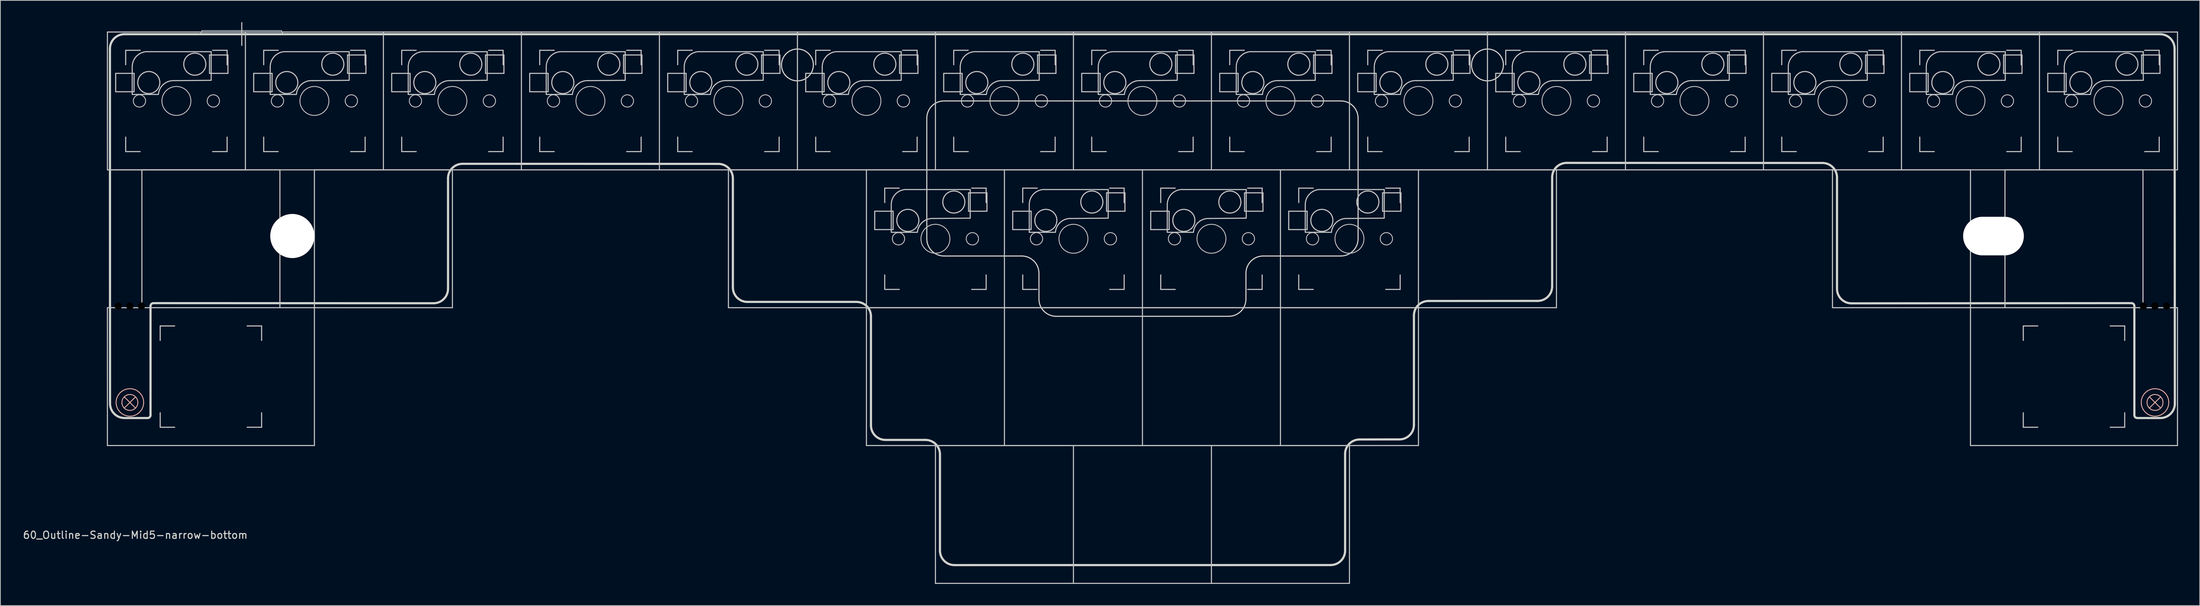
<source format=kicad_pcb>
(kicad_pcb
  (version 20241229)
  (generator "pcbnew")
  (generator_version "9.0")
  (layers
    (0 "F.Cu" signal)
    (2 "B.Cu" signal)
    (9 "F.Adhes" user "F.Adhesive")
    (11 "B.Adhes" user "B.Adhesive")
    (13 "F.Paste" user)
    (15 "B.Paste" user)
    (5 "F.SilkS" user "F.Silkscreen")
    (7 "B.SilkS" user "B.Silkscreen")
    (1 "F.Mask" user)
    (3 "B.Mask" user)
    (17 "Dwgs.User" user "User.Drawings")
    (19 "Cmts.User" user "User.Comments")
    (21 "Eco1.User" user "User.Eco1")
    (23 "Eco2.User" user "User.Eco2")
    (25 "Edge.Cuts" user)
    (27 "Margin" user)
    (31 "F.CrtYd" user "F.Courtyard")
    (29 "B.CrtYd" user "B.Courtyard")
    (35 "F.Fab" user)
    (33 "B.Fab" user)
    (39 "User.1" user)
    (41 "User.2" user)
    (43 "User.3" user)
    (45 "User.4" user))
  (footprint "60_Outline-Sandy-Mid5-narrow-bottom"
    (layer "F.Cu")
    (at 154.65 39.475)
    (property "Reference" "60_Outline-Sandy-Mid5-narrow-bottom" (at -139.025 31.425 0) (layer "Edge.Cuts") (effects (font (size 1 1) (thickness 0.15))))
    (attr through_hole)
    (fp_rect (start -141.43 1.072) (end -138.113 10.372) (stroke (width 1) (type solid)) (fill yes) (layer "F.Mask"))
    (fp_rect (start 141.43 1.072) (end 138.113 10.372) (stroke (width 1) (type solid)) (fill yes) (layer "F.Mask"))
    (fp_rect (start -141.43 1.072) (end -138.113 10.372) (stroke (width 1) (type solid)) (fill yes) (layer "B.Mask"))
    (fp_rect (start 141.43 1.072) (end 138.113 10.372) (stroke (width 1) (type solid)) (fill yes) (layer "B.Mask"))
    (fp_line (start -140.549 12.319) (end -138.993 13.875) (stroke (width 0.12) (type solid)) (layer "B.SilkS"))
    (fp_line (start -140.549 13.875) (end -138.993 12.319) (stroke (width 0.12) (type solid)) (layer "B.SilkS"))
    (fp_line (start 138.993 12.319) (end 140.549 13.875) (stroke (width 0.12) (type solid)) (layer "B.SilkS"))
    (fp_line (start 138.993 13.875) (end 140.549 12.319) (stroke (width 0.12) (type solid)) (layer "B.SilkS"))
    (fp_circle (center -139.771 13.097) (end -138.671 13.097) (stroke (width 0.12) (type solid)) (fill no) (layer "B.SilkS"))
    (fp_circle (center -139.771 13.097) (end -137.871 13.097) (stroke (width 0.12) (type solid)) (fill no) (layer "B.SilkS"))
    (fp_circle (center 139.771 13.097) (end 140.871 13.097) (stroke (width 0.12) (type solid)) (fill no) (layer "B.SilkS"))
    (fp_circle (center 139.771 13.097) (end 141.671 13.097) (stroke (width 0.12) (type solid)) (fill no) (layer "B.SilkS"))
    (fp_line (start -142.875 -38.1) (end -123.825 -38.1) (stroke (width 0.15) (type solid)) (layer "Dwgs.User"))
    (fp_line (start -142.875 -19.05) (end -142.875 -38.1) (stroke (width 0.15) (type solid)) (layer "Dwgs.User"))
    (fp_line (start -142.875 0) (end -114.3 0) (stroke (width 0.15) (type solid)) (layer "Dwgs.User"))
    (fp_line (start -142.875 19.05) (end -142.875 0) (stroke (width 0.15) (type solid)) (layer "Dwgs.User"))
    (fp_line (start -142.875 19.05) (end -114.3 19.05) (stroke (width 0.15) (type solid)) (layer "Dwgs.User"))
    (fp_line (start -141.732 -32.385) (end -141.732 -29.845) (stroke (width 0.15) (type solid)) (layer "Dwgs.User"))
    (fp_line (start -141.732 -29.845) (end -139.192 -29.845) (stroke (width 0.15) (type solid)) (layer "Dwgs.User"))
    (fp_line (start -140.35 -35.575) (end -140.35 -33.575) (stroke (width 0.15) (type solid)) (layer "Dwgs.User"))
    (fp_line (start -140.35 -23.575) (end -140.35 -21.575) (stroke (width 0.15) (type solid)) (layer "Dwgs.User"))
    (fp_line (start -140.35 -21.575) (end -138.35 -21.575) (stroke (width 0.15) (type solid)) (layer "Dwgs.User"))
    (fp_line (start -139.45 -33.425) (end -139.45 -29.48) (stroke (width 0.15) (type solid)) (layer "Dwgs.User"))
    (fp_line (start -139.45 -29.471) (end -135.84 -29.471) (stroke (width 0.15) (type solid)) (layer "Dwgs.User"))
    (fp_line (start -139.192 -32.385) (end -141.732 -32.385) (stroke (width 0.15) (type solid)) (layer "Dwgs.User"))
    (fp_line (start -139.192 -29.845) (end -139.192 -32.385) (stroke (width 0.15) (type solid)) (layer "Dwgs.User"))
    (fp_line (start -138.35 -35.575) (end -140.35 -35.575) (stroke (width 0.15) (type solid)) (layer "Dwgs.User"))
    (fp_line (start -138.113 -19.05) (end -119.062 -19.05) (stroke (width 0.15) (type solid)) (layer "Dwgs.User"))
    (fp_line (start -138.113 0) (end -138.113 -19.05) (stroke (width 0.15) (type solid)) (layer "Dwgs.User"))
    (fp_line (start -135.588 2.525) (end -135.588 4.525) (stroke (width 0.15) (type solid)) (layer "Dwgs.User"))
    (fp_line (start -135.588 14.525) (end -135.588 16.525) (stroke (width 0.15) (type solid)) (layer "Dwgs.User"))
    (fp_line (start -135.588 16.525) (end -133.588 16.525) (stroke (width 0.15) (type solid)) (layer "Dwgs.User"))
    (fp_line (start -133.588 2.525) (end -135.588 2.525) (stroke (width 0.15) (type solid)) (layer "Dwgs.User"))
    (fp_line (start -129.825 -38.3) (end -118.825 -38.3) (stroke (width 0.1) (type solid)) (layer "Dwgs.User"))
    (fp_line (start -128.778 -34.925) (end -126.238 -34.925) (stroke (width 0.15) (type solid)) (layer "Dwgs.User"))
    (fp_line (start -128.778 -32.385) (end -128.778 -34.925) (stroke (width 0.15) (type solid)) (layer "Dwgs.User"))
    (fp_line (start -128.55 -35.379) (end -137.175 -35.379) (stroke (width 0.15) (type solid)) (layer "Dwgs.User"))
    (fp_line (start -128.55 -31.471) (end -128.55 -35.379) (stroke (width 0.15) (type solid)) (layer "Dwgs.User"))
    (fp_line (start -128.55 -31.425) (end -133.6 -31.379) (stroke (width 0.15) (type solid)) (layer "Dwgs.User"))
    (fp_line (start -128.35 -35.575) (end -126.35 -35.575) (stroke (width 0.15) (type solid)) (layer "Dwgs.User"))
    (fp_line (start -128.35 -21.575) (end -126.35 -21.575) (stroke (width 0.15) (type solid)) (layer "Dwgs.User"))
    (fp_line (start -126.35 -35.575) (end -126.35 -33.575) (stroke (width 0.15) (type solid)) (layer "Dwgs.User"))
    (fp_line (start -126.35 -21.575) (end -126.35 -23.575) (stroke (width 0.15) (type solid)) (layer "Dwgs.User"))
    (fp_line (start -126.238 -34.925) (end -126.238 -32.385) (stroke (width 0.15) (type solid)) (layer "Dwgs.User"))
    (fp_line (start -126.238 -32.385) (end -128.778 -32.385) (stroke (width 0.15) (type solid)) (layer "Dwgs.User"))
    (fp_line (start -124.325 -39.4) (end -124.325 -36.25) (stroke (width 0.15) (type solid)) (layer "Dwgs.User"))
    (fp_line (start -123.825 -38.1) (end -123.825 -19.05) (stroke (width 0.15) (type solid)) (layer "Dwgs.User"))
    (fp_line (start -123.825 -38.1) (end -104.775 -38.1) (stroke (width 0.15) (type solid)) (layer "Dwgs.User"))
    (fp_line (start -123.825 -19.05) (end -142.875 -19.05) (stroke (width 0.15) (type solid)) (layer "Dwgs.User"))
    (fp_line (start -123.825 -19.05) (end -142.875 -19.05) (stroke (width 0.15) (type solid)) (layer "Dwgs.User"))
    (fp_line (start -123.588 2.525) (end -121.588 2.525) (stroke (width 0.15) (type solid)) (layer "Dwgs.User"))
    (fp_line (start -123.588 16.525) (end -121.588 16.525) (stroke (width 0.15) (type solid)) (layer "Dwgs.User"))
    (fp_line (start -122.682 -32.385) (end -122.682 -29.845) (stroke (width 0.15) (type solid)) (layer "Dwgs.User"))
    (fp_line (start -122.682 -29.845) (end -120.142 -29.845) (stroke (width 0.15) (type solid)) (layer "Dwgs.User"))
    (fp_line (start -121.588 2.525) (end -121.588 4.525) (stroke (width 0.15) (type solid)) (layer "Dwgs.User"))
    (fp_line (start -121.588 16.525) (end -121.588 14.525) (stroke (width 0.15) (type solid)) (layer "Dwgs.User"))
    (fp_line (start -121.3 -35.575) (end -121.3 -33.575) (stroke (width 0.15) (type solid)) (layer "Dwgs.User"))
    (fp_line (start -121.3 -23.575) (end -121.3 -21.575) (stroke (width 0.15) (type solid)) (layer "Dwgs.User"))
    (fp_line (start -121.3 -21.575) (end -119.3 -21.575) (stroke (width 0.15) (type solid)) (layer "Dwgs.User"))
    (fp_line (start -120.4 -33.425) (end -120.4 -29.48) (stroke (width 0.15) (type solid)) (layer "Dwgs.User"))
    (fp_line (start -120.4 -29.471) (end -116.79 -29.471) (stroke (width 0.15) (type solid)) (layer "Dwgs.User"))
    (fp_line (start -120.142 -32.385) (end -122.682 -32.385) (stroke (width 0.15) (type solid)) (layer "Dwgs.User"))
    (fp_line (start -120.142 -29.845) (end -120.142 -32.385) (stroke (width 0.15) (type solid)) (layer "Dwgs.User"))
    (fp_line (start -119.3 -35.575) (end -121.3 -35.575) (stroke (width 0.15) (type solid)) (layer "Dwgs.User"))
    (fp_line (start -119.062 -19.05) (end -119.062 0) (stroke (width 0.15) (type solid)) (layer "Dwgs.User"))
    (fp_line (start -114.3 -19.05) (end -95.25 -19.05) (stroke (width 0.15) (type solid)) (layer "Dwgs.User"))
    (fp_line (start -114.3 0) (end -114.3 -19.05) (stroke (width 0.15) (type solid)) (layer "Dwgs.User"))
    (fp_line (start -114.3 0) (end -114.3 19.05) (stroke (width 0.15) (type solid)) (layer "Dwgs.User"))
    (fp_line (start -109.728 -34.925) (end -107.188 -34.925) (stroke (width 0.15) (type solid)) (layer "Dwgs.User"))
    (fp_line (start -109.728 -32.385) (end -109.728 -34.925) (stroke (width 0.15) (type solid)) (layer "Dwgs.User"))
    (fp_line (start -109.5 -35.379) (end -118.125 -35.379) (stroke (width 0.15) (type solid)) (layer "Dwgs.User"))
    (fp_line (start -109.5 -31.471) (end -109.5 -35.379) (stroke (width 0.15) (type solid)) (layer "Dwgs.User"))
    (fp_line (start -109.5 -31.425) (end -114.55 -31.379) (stroke (width 0.15) (type solid)) (layer "Dwgs.User"))
    (fp_line (start -109.3 -35.575) (end -107.3 -35.575) (stroke (width 0.15) (type solid)) (layer "Dwgs.User"))
    (fp_line (start -109.3 -21.575) (end -107.3 -21.575) (stroke (width 0.15) (type solid)) (layer "Dwgs.User"))
    (fp_line (start -107.3 -35.575) (end -107.3 -33.575) (stroke (width 0.15) (type solid)) (layer "Dwgs.User"))
    (fp_line (start -107.3 -21.575) (end -107.3 -23.575) (stroke (width 0.15) (type solid)) (layer "Dwgs.User"))
    (fp_line (start -107.188 -34.925) (end -107.188 -32.385) (stroke (width 0.15) (type solid)) (layer "Dwgs.User"))
    (fp_line (start -107.188 -32.385) (end -109.728 -32.385) (stroke (width 0.15) (type solid)) (layer "Dwgs.User"))
    (fp_line (start -104.775 -38.1) (end -85.725 -38.1) (stroke (width 0.15) (type solid)) (layer "Dwgs.User"))
    (fp_line (start -104.775 -19.05) (end -123.825 -19.05) (stroke (width 0.15) (type solid)) (layer "Dwgs.User"))
    (fp_line (start -104.775 -19.05) (end -104.775 -38.1) (stroke (width 0.15) (type solid)) (layer "Dwgs.User"))
    (fp_line (start -103.632 -32.385) (end -103.632 -29.845) (stroke (width 0.15) (type solid)) (layer "Dwgs.User"))
    (fp_line (start -103.632 -29.845) (end -101.092 -29.845) (stroke (width 0.15) (type solid)) (layer "Dwgs.User"))
    (fp_line (start -102.25 -35.575) (end -102.25 -33.575) (stroke (width 0.15) (type solid)) (layer "Dwgs.User"))
    (fp_line (start -102.25 -23.575) (end -102.25 -21.575) (stroke (width 0.15) (type solid)) (layer "Dwgs.User"))
    (fp_line (start -102.25 -21.575) (end -100.25 -21.575) (stroke (width 0.15) (type solid)) (layer "Dwgs.User"))
    (fp_line (start -101.35 -33.425) (end -101.35 -29.48) (stroke (width 0.15) (type solid)) (layer "Dwgs.User"))
    (fp_line (start -101.35 -29.471) (end -97.74 -29.471) (stroke (width 0.15) (type solid)) (layer "Dwgs.User"))
    (fp_line (start -101.092 -32.385) (end -103.632 -32.385) (stroke (width 0.15) (type solid)) (layer "Dwgs.User"))
    (fp_line (start -101.092 -29.845) (end -101.092 -32.385) (stroke (width 0.15) (type solid)) (layer "Dwgs.User"))
    (fp_line (start -100.25 -35.575) (end -102.25 -35.575) (stroke (width 0.15) (type solid)) (layer "Dwgs.User"))
    (fp_line (start -95.25 -19.05) (end -95.25 0) (stroke (width 0.15) (type solid)) (layer "Dwgs.User"))
    (fp_line (start -95.25 0) (end -114.3 0) (stroke (width 0.15) (type solid)) (layer "Dwgs.User"))
    (fp_line (start -90.678 -34.925) (end -88.138 -34.925) (stroke (width 0.15) (type solid)) (layer "Dwgs.User"))
    (fp_line (start -90.678 -32.385) (end -90.678 -34.925) (stroke (width 0.15) (type solid)) (layer "Dwgs.User"))
    (fp_line (start -90.45 -35.379) (end -99.075 -35.379) (stroke (width 0.15) (type solid)) (layer "Dwgs.User"))
    (fp_line (start -90.45 -31.471) (end -90.45 -35.379) (stroke (width 0.15) (type solid)) (layer "Dwgs.User"))
    (fp_line (start -90.45 -31.425) (end -95.5 -31.379) (stroke (width 0.15) (type solid)) (layer "Dwgs.User"))
    (fp_line (start -90.25 -35.575) (end -88.25 -35.575) (stroke (width 0.15) (type solid)) (layer "Dwgs.User"))
    (fp_line (start -90.25 -21.575) (end -88.25 -21.575) (stroke (width 0.15) (type solid)) (layer "Dwgs.User"))
    (fp_line (start -88.25 -35.575) (end -88.25 -33.575) (stroke (width 0.15) (type solid)) (layer "Dwgs.User"))
    (fp_line (start -88.25 -21.575) (end -88.25 -23.575) (stroke (width 0.15) (type solid)) (layer "Dwgs.User"))
    (fp_line (start -88.138 -34.925) (end -88.138 -32.385) (stroke (width 0.15) (type solid)) (layer "Dwgs.User"))
    (fp_line (start -88.138 -32.385) (end -90.678 -32.385) (stroke (width 0.15) (type solid)) (layer "Dwgs.User"))
    (fp_line (start -85.725 -38.1) (end -85.725 -19.05) (stroke (width 0.15) (type solid)) (layer "Dwgs.User"))
    (fp_line (start -85.725 -38.1) (end -66.675 -38.1) (stroke (width 0.15) (type solid)) (layer "Dwgs.User"))
    (fp_line (start -85.725 -19.05) (end -104.775 -19.05) (stroke (width 0.15) (type solid)) (layer "Dwgs.User"))
    (fp_line (start -84.582 -32.385) (end -84.582 -29.845) (stroke (width 0.15) (type solid)) (layer "Dwgs.User"))
    (fp_line (start -84.582 -29.845) (end -82.042 -29.845) (stroke (width 0.15) (type solid)) (layer "Dwgs.User"))
    (fp_line (start -83.2 -35.575) (end -83.2 -33.575) (stroke (width 0.15) (type solid)) (layer "Dwgs.User"))
    (fp_line (start -83.2 -23.575) (end -83.2 -21.575) (stroke (width 0.15) (type solid)) (layer "Dwgs.User"))
    (fp_line (start -83.2 -21.575) (end -81.2 -21.575) (stroke (width 0.15) (type solid)) (layer "Dwgs.User"))
    (fp_line (start -82.3 -33.425) (end -82.3 -29.48) (stroke (width 0.15) (type solid)) (layer "Dwgs.User"))
    (fp_line (start -82.3 -29.471) (end -78.69 -29.471) (stroke (width 0.15) (type solid)) (layer "Dwgs.User"))
    (fp_line (start -82.042 -32.385) (end -84.582 -32.385) (stroke (width 0.15) (type solid)) (layer "Dwgs.User"))
    (fp_line (start -82.042 -29.845) (end -82.042 -32.385) (stroke (width 0.15) (type solid)) (layer "Dwgs.User"))
    (fp_line (start -81.2 -35.575) (end -83.2 -35.575) (stroke (width 0.15) (type solid)) (layer "Dwgs.User"))
    (fp_line (start -71.628 -34.925) (end -69.088 -34.925) (stroke (width 0.15) (type solid)) (layer "Dwgs.User"))
    (fp_line (start -71.628 -32.385) (end -71.628 -34.925) (stroke (width 0.15) (type solid)) (layer "Dwgs.User"))
    (fp_line (start -71.4 -35.379) (end -80.025 -35.379) (stroke (width 0.15) (type solid)) (layer "Dwgs.User"))
    (fp_line (start -71.4 -31.471) (end -71.4 -35.379) (stroke (width 0.15) (type solid)) (layer "Dwgs.User"))
    (fp_line (start -71.4 -31.425) (end -76.45 -31.379) (stroke (width 0.15) (type solid)) (layer "Dwgs.User"))
    (fp_line (start -71.2 -35.575) (end -69.2 -35.575) (stroke (width 0.15) (type solid)) (layer "Dwgs.User"))
    (fp_line (start -71.2 -21.575) (end -69.2 -21.575) (stroke (width 0.15) (type solid)) (layer "Dwgs.User"))
    (fp_line (start -69.2 -35.575) (end -69.2 -33.575) (stroke (width 0.15) (type solid)) (layer "Dwgs.User"))
    (fp_line (start -69.2 -21.575) (end -69.2 -23.575) (stroke (width 0.15) (type solid)) (layer "Dwgs.User"))
    (fp_line (start -69.088 -34.925) (end -69.088 -32.385) (stroke (width 0.15) (type solid)) (layer "Dwgs.User"))
    (fp_line (start -69.088 -32.385) (end -71.628 -32.385) (stroke (width 0.15) (type solid)) (layer "Dwgs.User"))
    (fp_line (start -66.675 -38.1) (end -66.675 -19.05) (stroke (width 0.15) (type solid)) (layer "Dwgs.User"))
    (fp_line (start -66.675 -38.1) (end -47.625 -38.1) (stroke (width 0.15) (type solid)) (layer "Dwgs.User"))
    (fp_line (start -66.675 -19.05) (end -85.725 -19.05) (stroke (width 0.15) (type solid)) (layer "Dwgs.User"))
    (fp_line (start -65.532 -32.385) (end -65.532 -29.845) (stroke (width 0.15) (type solid)) (layer "Dwgs.User"))
    (fp_line (start -65.532 -29.845) (end -62.992 -29.845) (stroke (width 0.15) (type solid)) (layer "Dwgs.User"))
    (fp_line (start -64.15 -35.575) (end -64.15 -33.575) (stroke (width 0.15) (type solid)) (layer "Dwgs.User"))
    (fp_line (start -64.15 -23.575) (end -64.15 -21.575) (stroke (width 0.15) (type solid)) (layer "Dwgs.User"))
    (fp_line (start -64.15 -21.575) (end -62.15 -21.575) (stroke (width 0.15) (type solid)) (layer "Dwgs.User"))
    (fp_line (start -63.25 -33.425) (end -63.25 -29.48) (stroke (width 0.15) (type solid)) (layer "Dwgs.User"))
    (fp_line (start -63.25 -29.471) (end -59.64 -29.471) (stroke (width 0.15) (type solid)) (layer "Dwgs.User"))
    (fp_line (start -62.992 -32.385) (end -65.532 -32.385) (stroke (width 0.15) (type solid)) (layer "Dwgs.User"))
    (fp_line (start -62.992 -29.845) (end -62.992 -32.385) (stroke (width 0.15) (type solid)) (layer "Dwgs.User"))
    (fp_line (start -62.15 -35.575) (end -64.15 -35.575) (stroke (width 0.15) (type solid)) (layer "Dwgs.User"))
    (fp_line (start -57.15 -19.05) (end -38.1 -19.05) (stroke (width 0.15) (type solid)) (layer "Dwgs.User"))
    (fp_line (start -57.15 0) (end -57.15 -19.05) (stroke (width 0.15) (type solid)) (layer "Dwgs.User"))
    (fp_line (start -52.578 -34.925) (end -50.038 -34.925) (stroke (width 0.15) (type solid)) (layer "Dwgs.User"))
    (fp_line (start -52.578 -32.385) (end -52.578 -34.925) (stroke (width 0.15) (type solid)) (layer "Dwgs.User"))
    (fp_line (start -52.35 -35.379) (end -60.975 -35.379) (stroke (width 0.15) (type solid)) (layer "Dwgs.User"))
    (fp_line (start -52.35 -31.471) (end -52.35 -35.379) (stroke (width 0.15) (type solid)) (layer "Dwgs.User"))
    (fp_line (start -52.35 -31.425) (end -57.4 -31.379) (stroke (width 0.15) (type solid)) (layer "Dwgs.User"))
    (fp_line (start -52.15 -35.575) (end -50.15 -35.575) (stroke (width 0.15) (type solid)) (layer "Dwgs.User"))
    (fp_line (start -52.15 -21.575) (end -50.15 -21.575) (stroke (width 0.15) (type solid)) (layer "Dwgs.User"))
    (fp_line (start -50.15 -35.575) (end -50.15 -33.575) (stroke (width 0.15) (type solid)) (layer "Dwgs.User"))
    (fp_line (start -50.15 -21.575) (end -50.15 -23.575) (stroke (width 0.15) (type solid)) (layer "Dwgs.User"))
    (fp_line (start -50.038 -34.925) (end -50.038 -32.385) (stroke (width 0.15) (type solid)) (layer "Dwgs.User"))
    (fp_line (start -50.038 -32.385) (end -52.578 -32.385) (stroke (width 0.15) (type solid)) (layer "Dwgs.User"))
    (fp_line (start -47.625 -38.1) (end -28.575 -38.1) (stroke (width 0.15) (type solid)) (layer "Dwgs.User"))
    (fp_line (start -47.625 -19.05) (end -66.675 -19.05) (stroke (width 0.15) (type solid)) (layer "Dwgs.User"))
    (fp_line (start -47.625 -19.05) (end -47.625 -38.1) (stroke (width 0.15) (type solid)) (layer "Dwgs.User"))
    (fp_line (start -46.482 -32.385) (end -46.482 -29.845) (stroke (width 0.15) (type solid)) (layer "Dwgs.User"))
    (fp_line (start -46.482 -29.845) (end -43.942 -29.845) (stroke (width 0.15) (type solid)) (layer "Dwgs.User"))
    (fp_line (start -45.1 -35.575) (end -45.1 -33.575) (stroke (width 0.15) (type solid)) (layer "Dwgs.User"))
    (fp_line (start -45.1 -23.575) (end -45.1 -21.575) (stroke (width 0.15) (type solid)) (layer "Dwgs.User"))
    (fp_line (start -45.1 -21.575) (end -43.1 -21.575) (stroke (width 0.15) (type solid)) (layer "Dwgs.User"))
    (fp_line (start -44.2 -33.425) (end -44.2 -29.48) (stroke (width 0.15) (type solid)) (layer "Dwgs.User"))
    (fp_line (start -44.2 -29.471) (end -40.59 -29.471) (stroke (width 0.15) (type solid)) (layer "Dwgs.User"))
    (fp_line (start -43.942 -32.385) (end -46.482 -32.385) (stroke (width 0.15) (type solid)) (layer "Dwgs.User"))
    (fp_line (start -43.942 -29.845) (end -43.942 -32.385) (stroke (width 0.15) (type solid)) (layer "Dwgs.User"))
    (fp_line (start -43.1 -35.575) (end -45.1 -35.575) (stroke (width 0.15) (type solid)) (layer "Dwgs.User"))
    (fp_line (start -38.1 -19.05) (end -19.05 -19.05) (stroke (width 0.15) (type solid)) (layer "Dwgs.User"))
    (fp_line (start -38.1 0) (end -57.15 0) (stroke (width 0.15) (type solid)) (layer "Dwgs.User"))
    (fp_line (start -38.1 0) (end -38.1 -19.05) (stroke (width 0.15) (type solid)) (layer "Dwgs.User"))
    (fp_line (start -38.1 0) (end -19.05 0) (stroke (width 0.15) (type solid)) (layer "Dwgs.User"))
    (fp_line (start -38.1 19.05) (end -38.1 0) (stroke (width 0.15) (type solid)) (layer "Dwgs.User"))
    (fp_line (start -36.957 -13.335) (end -36.957 -10.795) (stroke (width 0.15) (type solid)) (layer "Dwgs.User"))
    (fp_line (start -36.957 -10.795) (end -34.417 -10.795) (stroke (width 0.15) (type solid)) (layer "Dwgs.User"))
    (fp_line (start -35.575 -16.525) (end -35.575 -14.525) (stroke (width 0.15) (type solid)) (layer "Dwgs.User"))
    (fp_line (start -35.575 -4.525) (end -35.575 -2.525) (stroke (width 0.15) (type solid)) (layer "Dwgs.User"))
    (fp_line (start -35.575 -2.525) (end -33.575 -2.525) (stroke (width 0.15) (type solid)) (layer "Dwgs.User"))
    (fp_line (start -34.675 -14.375) (end -34.675 -10.43) (stroke (width 0.15) (type solid)) (layer "Dwgs.User"))
    (fp_line (start -34.675 -10.421) (end -31.065 -10.421) (stroke (width 0.15) (type solid)) (layer "Dwgs.User"))
    (fp_line (start -34.417 -13.335) (end -36.957 -13.335) (stroke (width 0.15) (type solid)) (layer "Dwgs.User"))
    (fp_line (start -34.417 -10.795) (end -34.417 -13.335) (stroke (width 0.15) (type solid)) (layer "Dwgs.User"))
    (fp_line (start -33.575 -16.525) (end -35.575 -16.525) (stroke (width 0.15) (type solid)) (layer "Dwgs.User"))
    (fp_line (start -33.528 -34.925) (end -30.988 -34.925) (stroke (width 0.15) (type solid)) (layer "Dwgs.User"))
    (fp_line (start -33.528 -32.385) (end -33.528 -34.925) (stroke (width 0.15) (type solid)) (layer "Dwgs.User"))
    (fp_line (start -33.3 -35.379) (end -41.925 -35.379) (stroke (width 0.15) (type solid)) (layer "Dwgs.User"))
    (fp_line (start -33.3 -31.471) (end -33.3 -35.379) (stroke (width 0.15) (type solid)) (layer "Dwgs.User"))
    (fp_line (start -33.3 -31.425) (end -38.35 -31.379) (stroke (width 0.15) (type solid)) (layer "Dwgs.User"))
    (fp_line (start -33.1 -35.575) (end -31.1 -35.575) (stroke (width 0.15) (type solid)) (layer "Dwgs.User"))
    (fp_line (start -33.1 -21.575) (end -31.1 -21.575) (stroke (width 0.15) (type solid)) (layer "Dwgs.User"))
    (fp_line (start -31.1 -35.575) (end -31.1 -33.575) (stroke (width 0.15) (type solid)) (layer "Dwgs.User"))
    (fp_line (start -31.1 -21.575) (end -31.1 -23.575) (stroke (width 0.15) (type solid)) (layer "Dwgs.User"))
    (fp_line (start -30.988 -34.925) (end -30.988 -32.385) (stroke (width 0.15) (type solid)) (layer "Dwgs.User"))
    (fp_line (start -30.988 -32.385) (end -33.528 -32.385) (stroke (width 0.15) (type solid)) (layer "Dwgs.User"))
    (fp_line (start -28.575 -38.1) (end -9.525 -38.1) (stroke (width 0.15) (type solid)) (layer "Dwgs.User"))
    (fp_line (start -28.575 -19.05) (end -47.625 -19.05) (stroke (width 0.15) (type solid)) (layer "Dwgs.User"))
    (fp_line (start -28.575 -19.05) (end -28.575 -38.1) (stroke (width 0.15) (type solid)) (layer "Dwgs.User"))
    (fp_line (start -28.575 19.05) (end -9.525 19.05) (stroke (width 0.15) (type solid)) (layer "Dwgs.User"))
    (fp_line (start -28.575 38.1) (end -28.575 19.05) (stroke (width 0.15) (type solid)) (layer "Dwgs.User"))
    (fp_line (start -27.432 -32.385) (end -27.432 -29.845) (stroke (width 0.15) (type solid)) (layer "Dwgs.User"))
    (fp_line (start -27.432 -29.845) (end -24.892 -29.845) (stroke (width 0.15) (type solid)) (layer "Dwgs.User"))
    (fp_line (start -26.05 -35.575) (end -26.05 -33.575) (stroke (width 0.15) (type solid)) (layer "Dwgs.User"))
    (fp_line (start -26.05 -23.575) (end -26.05 -21.575) (stroke (width 0.15) (type solid)) (layer "Dwgs.User"))
    (fp_line (start -26.05 -21.575) (end -24.05 -21.575) (stroke (width 0.15) (type solid)) (layer "Dwgs.User"))
    (fp_line (start -25.15 -33.425) (end -25.15 -29.48) (stroke (width 0.15) (type solid)) (layer "Dwgs.User"))
    (fp_line (start -25.15 -29.471) (end -21.54 -29.471) (stroke (width 0.15) (type solid)) (layer "Dwgs.User"))
    (fp_line (start -24.892 -32.385) (end -27.432 -32.385) (stroke (width 0.15) (type solid)) (layer "Dwgs.User"))
    (fp_line (start -24.892 -29.845) (end -24.892 -32.385) (stroke (width 0.15) (type solid)) (layer "Dwgs.User"))
    (fp_line (start -24.05 -35.575) (end -26.05 -35.575) (stroke (width 0.15) (type solid)) (layer "Dwgs.User"))
    (fp_line (start -24.003 -15.875) (end -21.463 -15.875) (stroke (width 0.15) (type solid)) (layer "Dwgs.User"))
    (fp_line (start -24.003 -13.335) (end -24.003 -15.875) (stroke (width 0.15) (type solid)) (layer "Dwgs.User"))
    (fp_line (start -23.775 -16.329) (end -32.4 -16.329) (stroke (width 0.15) (type solid)) (layer "Dwgs.User"))
    (fp_line (start -23.775 -12.421) (end -23.775 -16.329) (stroke (width 0.15) (type solid)) (layer "Dwgs.User"))
    (fp_line (start -23.775 -12.375) (end -28.825 -12.329) (stroke (width 0.15) (type solid)) (layer "Dwgs.User"))
    (fp_line (start -23.575 -16.525) (end -21.575 -16.525) (stroke (width 0.15) (type solid)) (layer "Dwgs.User"))
    (fp_line (start -23.575 -2.525) (end -21.575 -2.525) (stroke (width 0.15) (type solid)) (layer "Dwgs.User"))
    (fp_line (start -21.575 -16.525) (end -21.575 -14.525) (stroke (width 0.15) (type solid)) (layer "Dwgs.User"))
    (fp_line (start -21.575 -2.525) (end -21.575 -4.525) (stroke (width 0.15) (type solid)) (layer "Dwgs.User"))
    (fp_line (start -21.463 -15.875) (end -21.463 -13.335) (stroke (width 0.15) (type solid)) (layer "Dwgs.User"))
    (fp_line (start -21.463 -13.335) (end -24.003 -13.335) (stroke (width 0.15) (type solid)) (layer "Dwgs.User"))
    (fp_line (start -19.05 -19.05) (end -19.05 0) (stroke (width 0.15) (type solid)) (layer "Dwgs.User"))
    (fp_line (start -19.05 -19.05) (end 0 -19.05) (stroke (width 0.15) (type solid)) (layer "Dwgs.User"))
    (fp_line (start -19.05 0) (end -38.1 0) (stroke (width 0.15) (type solid)) (layer "Dwgs.User"))
    (fp_line (start -19.05 0) (end 0 0) (stroke (width 0.15) (type solid)) (layer "Dwgs.User"))
    (fp_line (start -19.05 19.05) (end -38.1 19.05) (stroke (width 0.15) (type solid)) (layer "Dwgs.User"))
    (fp_line (start -19.05 19.05) (end -19.05 0) (stroke (width 0.15) (type solid)) (layer "Dwgs.User"))
    (fp_line (start -17.907 -13.335) (end -17.907 -10.795) (stroke (width 0.15) (type solid)) (layer "Dwgs.User"))
    (fp_line (start -17.907 -10.795) (end -15.367 -10.795) (stroke (width 0.15) (type solid)) (layer "Dwgs.User"))
    (fp_line (start -16.525 -16.525) (end -16.525 -14.525) (stroke (width 0.15) (type solid)) (layer "Dwgs.User"))
    (fp_line (start -16.525 -4.525) (end -16.525 -2.525) (stroke (width 0.15) (type solid)) (layer "Dwgs.User"))
    (fp_line (start -16.525 -2.525) (end -14.525 -2.525) (stroke (width 0.15) (type solid)) (layer "Dwgs.User"))
    (fp_line (start -15.625 -14.375) (end -15.625 -10.43) (stroke (width 0.15) (type solid)) (layer "Dwgs.User"))
    (fp_line (start -15.625 -10.421) (end -12.015 -10.421) (stroke (width 0.15) (type solid)) (layer "Dwgs.User"))
    (fp_line (start -15.367 -13.335) (end -17.907 -13.335) (stroke (width 0.15) (type solid)) (layer "Dwgs.User"))
    (fp_line (start -15.367 -10.795) (end -15.367 -13.335) (stroke (width 0.15) (type solid)) (layer "Dwgs.User"))
    (fp_line (start -14.525 -16.525) (end -16.525 -16.525) (stroke (width 0.15) (type solid)) (layer "Dwgs.User"))
    (fp_line (start -14.478 -34.925) (end -11.938 -34.925) (stroke (width 0.15) (type solid)) (layer "Dwgs.User"))
    (fp_line (start -14.478 -32.385) (end -14.478 -34.925) (stroke (width 0.15) (type solid)) (layer "Dwgs.User"))
    (fp_line (start -14.25 -35.379) (end -22.875 -35.379) (stroke (width 0.15) (type solid)) (layer "Dwgs.User"))
    (fp_line (start -14.25 -31.471) (end -14.25 -35.379) (stroke (width 0.15) (type solid)) (layer "Dwgs.User"))
    (fp_line (start -14.25 -31.425) (end -19.3 -31.379) (stroke (width 0.15) (type solid)) (layer "Dwgs.User"))
    (fp_line (start -14.05 -35.575) (end -12.05 -35.575) (stroke (width 0.15) (type solid)) (layer "Dwgs.User"))
    (fp_line (start -14.05 -21.575) (end -12.05 -21.575) (stroke (width 0.15) (type solid)) (layer "Dwgs.User"))
    (fp_line (start -12.05 -35.575) (end -12.05 -33.575) (stroke (width 0.15) (type solid)) (layer "Dwgs.User"))
    (fp_line (start -12.05 -21.575) (end -12.05 -23.575) (stroke (width 0.15) (type solid)) (layer "Dwgs.User"))
    (fp_line (start -11.938 -34.925) (end -11.938 -32.385) (stroke (width 0.15) (type solid)) (layer "Dwgs.User"))
    (fp_line (start -11.938 -32.385) (end -14.478 -32.385) (stroke (width 0.15) (type solid)) (layer "Dwgs.User"))
    (fp_line (start -9.525 -38.1) (end 9.525 -38.1) (stroke (width 0.15) (type solid)) (layer "Dwgs.User"))
    (fp_line (start -9.525 -19.05) (end -28.575 -19.05) (stroke (width 0.15) (type solid)) (layer "Dwgs.User"))
    (fp_line (start -9.525 -19.05) (end -9.525 -38.1) (stroke (width 0.15) (type solid)) (layer "Dwgs.User"))
    (fp_line (start -9.525 19.05) (end 9.525 19.05) (stroke (width 0.15) (type solid)) (layer "Dwgs.User"))
    (fp_line (start -9.525 38.1) (end -28.575 38.1) (stroke (width 0.15) (type solid)) (layer "Dwgs.User"))
    (fp_line (start -9.525 38.1) (end -9.525 19.05) (stroke (width 0.15) (type solid)) (layer "Dwgs.User"))
    (fp_line (start -8.382 -32.385) (end -8.382 -29.845) (stroke (width 0.15) (type solid)) (layer "Dwgs.User"))
    (fp_line (start -8.382 -29.845) (end -5.842 -29.845) (stroke (width 0.15) (type solid)) (layer "Dwgs.User"))
    (fp_line (start -7 -35.575) (end -7 -33.575) (stroke (width 0.15) (type solid)) (layer "Dwgs.User"))
    (fp_line (start -7 -23.575) (end -7 -21.575) (stroke (width 0.15) (type solid)) (layer "Dwgs.User"))
    (fp_line (start -7 -21.575) (end -5 -21.575) (stroke (width 0.15) (type solid)) (layer "Dwgs.User"))
    (fp_line (start -6.1 -33.425) (end -6.1 -29.48) (stroke (width 0.15) (type solid)) (layer "Dwgs.User"))
    (fp_line (start -6.1 -29.471) (end -2.49 -29.471) (stroke (width 0.15) (type solid)) (layer "Dwgs.User"))
    (fp_line (start -5.842 -32.385) (end -8.382 -32.385) (stroke (width 0.15) (type solid)) (layer "Dwgs.User"))
    (fp_line (start -5.842 -29.845) (end -5.842 -32.385) (stroke (width 0.15) (type solid)) (layer "Dwgs.User"))
    (fp_line (start -5 -35.575) (end -7 -35.575) (stroke (width 0.15) (type solid)) (layer "Dwgs.User"))
    (fp_line (start -4.953 -15.875) (end -2.413 -15.875) (stroke (width 0.15) (type solid)) (layer "Dwgs.User"))
    (fp_line (start -4.953 -13.335) (end -4.953 -15.875) (stroke (width 0.15) (type solid)) (layer "Dwgs.User"))
    (fp_line (start -4.725 -16.329) (end -13.35 -16.329) (stroke (width 0.15) (type solid)) (layer "Dwgs.User"))
    (fp_line (start -4.725 -12.421) (end -4.725 -16.329) (stroke (width 0.15) (type solid)) (layer "Dwgs.User"))
    (fp_line (start -4.725 -12.375) (end -9.775 -12.329) (stroke (width 0.15) (type solid)) (layer "Dwgs.User"))
    (fp_line (start -4.525 -16.525) (end -2.525 -16.525) (stroke (width 0.15) (type solid)) (layer "Dwgs.User"))
    (fp_line (start -4.525 -2.525) (end -2.525 -2.525) (stroke (width 0.15) (type solid)) (layer "Dwgs.User"))
    (fp_line (start -2.525 -16.525) (end -2.525 -14.525) (stroke (width 0.15) (type solid)) (layer "Dwgs.User"))
    (fp_line (start -2.525 -2.525) (end -2.525 -4.525) (stroke (width 0.15) (type solid)) (layer "Dwgs.User"))
    (fp_line (start -2.413 -15.875) (end -2.413 -13.335) (stroke (width 0.15) (type solid)) (layer "Dwgs.User"))
    (fp_line (start -2.413 -13.335) (end -4.953 -13.335) (stroke (width 0.15) (type solid)) (layer "Dwgs.User"))
    (fp_line (start 0 -19.05) (end 0 0) (stroke (width 0.15) (type solid)) (layer "Dwgs.User"))
    (fp_line (start 0 -19.05) (end 19.05 -19.05) (stroke (width 0.15) (type solid)) (layer "Dwgs.User"))
    (fp_line (start 0 0) (end -19.05 0) (stroke (width 0.15) (type solid)) (layer "Dwgs.User"))
    (fp_line (start 0 0) (end 19.05 0) (stroke (width 0.15) (type solid)) (layer "Dwgs.User"))
    (fp_line (start 0 19.05) (end -19.05 19.05) (stroke (width 0.15) (type solid)) (layer "Dwgs.User"))
    (fp_line (start 0 19.05) (end 0 0) (stroke (width 0.15) (type solid)) (layer "Dwgs.User"))
    (fp_line (start 1.143 -13.335) (end 1.143 -10.795) (stroke (width 0.15) (type solid)) (layer "Dwgs.User"))
    (fp_line (start 1.143 -10.795) (end 3.683 -10.795) (stroke (width 0.15) (type solid)) (layer "Dwgs.User"))
    (fp_line (start 2.525 -16.525) (end 2.525 -14.525) (stroke (width 0.15) (type solid)) (layer "Dwgs.User"))
    (fp_line (start 2.525 -4.525) (end 2.525 -2.525) (stroke (width 0.15) (type solid)) (layer "Dwgs.User"))
    (fp_line (start 2.525 -2.525) (end 4.525 -2.525) (stroke (width 0.15) (type solid)) (layer "Dwgs.User"))
    (fp_line (start 3.425 -14.375) (end 3.425 -10.43) (stroke (width 0.15) (type solid)) (layer "Dwgs.User"))
    (fp_line (start 3.425 -10.421) (end 7.035 -10.421) (stroke (width 0.15) (type solid)) (layer "Dwgs.User"))
    (fp_line (start 3.683 -13.335) (end 1.143 -13.335) (stroke (width 0.15) (type solid)) (layer "Dwgs.User"))
    (fp_line (start 3.683 -10.795) (end 3.683 -13.335) (stroke (width 0.15) (type solid)) (layer "Dwgs.User"))
    (fp_line (start 4.525 -16.525) (end 2.525 -16.525) (stroke (width 0.15) (type solid)) (layer "Dwgs.User"))
    (fp_line (start 4.572 -34.925) (end 7.112 -34.925) (stroke (width 0.15) (type solid)) (layer "Dwgs.User"))
    (fp_line (start 4.572 -32.385) (end 4.572 -34.925) (stroke (width 0.15) (type solid)) (layer "Dwgs.User"))
    (fp_line (start 4.8 -35.379) (end -3.825 -35.379) (stroke (width 0.15) (type solid)) (layer "Dwgs.User"))
    (fp_line (start 4.8 -31.471) (end 4.8 -35.379) (stroke (width 0.15) (type solid)) (layer "Dwgs.User"))
    (fp_line (start 4.8 -31.425) (end -0.25 -31.379) (stroke (width 0.15) (type solid)) (layer "Dwgs.User"))
    (fp_line (start 5 -35.575) (end 7 -35.575) (stroke (width 0.15) (type solid)) (layer "Dwgs.User"))
    (fp_line (start 5 -21.575) (end 7 -21.575) (stroke (width 0.15) (type solid)) (layer "Dwgs.User"))
    (fp_line (start 7 -35.575) (end 7 -33.575) (stroke (width 0.15) (type solid)) (layer "Dwgs.User"))
    (fp_line (start 7 -21.575) (end 7 -23.575) (stroke (width 0.15) (type solid)) (layer "Dwgs.User"))
    (fp_line (start 7.112 -34.925) (end 7.112 -32.385) (stroke (width 0.15) (type solid)) (layer "Dwgs.User"))
    (fp_line (start 7.112 -32.385) (end 4.572 -32.385) (stroke (width 0.15) (type solid)) (layer "Dwgs.User"))
    (fp_line (start 9.525 -38.1) (end 28.575 -38.1) (stroke (width 0.15) (type solid)) (layer "Dwgs.User"))
    (fp_line (start 9.525 -19.05) (end -9.525 -19.05) (stroke (width 0.15) (type solid)) (layer "Dwgs.User"))
    (fp_line (start 9.525 -19.05) (end 9.525 -38.1) (stroke (width 0.15) (type solid)) (layer "Dwgs.User"))
    (fp_line (start 9.525 19.05) (end 28.575 19.05) (stroke (width 0.15) (type solid)) (layer "Dwgs.User"))
    (fp_line (start 9.525 38.1) (end -9.525 38.1) (stroke (width 0.15) (type solid)) (layer "Dwgs.User"))
    (fp_line (start 9.525 38.1) (end 9.525 19.05) (stroke (width 0.15) (type solid)) (layer "Dwgs.User"))
    (fp_line (start 10.668 -32.385) (end 10.668 -29.845) (stroke (width 0.15) (type solid)) (layer "Dwgs.User"))
    (fp_line (start 10.668 -29.845) (end 13.208 -29.845) (stroke (width 0.15) (type solid)) (layer "Dwgs.User"))
    (fp_line (start 12.05 -35.575) (end 12.05 -33.575) (stroke (width 0.15) (type solid)) (layer "Dwgs.User"))
    (fp_line (start 12.05 -23.575) (end 12.05 -21.575) (stroke (width 0.15) (type solid)) (layer "Dwgs.User"))
    (fp_line (start 12.05 -21.575) (end 14.05 -21.575) (stroke (width 0.15) (type solid)) (layer "Dwgs.User"))
    (fp_line (start 12.95 -33.425) (end 12.95 -29.48) (stroke (width 0.15) (type solid)) (layer "Dwgs.User"))
    (fp_line (start 12.95 -29.471) (end 16.56 -29.471) (stroke (width 0.15) (type solid)) (layer "Dwgs.User"))
    (fp_line (start 13.208 -32.385) (end 10.668 -32.385) (stroke (width 0.15) (type solid)) (layer "Dwgs.User"))
    (fp_line (start 13.208 -29.845) (end 13.208 -32.385) (stroke (width 0.15) (type solid)) (layer "Dwgs.User"))
    (fp_line (start 14.05 -35.575) (end 12.05 -35.575) (stroke (width 0.15) (type solid)) (layer "Dwgs.User"))
    (fp_line (start 14.097 -15.875) (end 16.637 -15.875) (stroke (width 0.15) (type solid)) (layer "Dwgs.User"))
    (fp_line (start 14.097 -13.335) (end 14.097 -15.875) (stroke (width 0.15) (type solid)) (layer "Dwgs.User"))
    (fp_line (start 14.325 -16.329) (end 5.7 -16.329) (stroke (width 0.15) (type solid)) (layer "Dwgs.User"))
    (fp_line (start 14.325 -12.421) (end 14.325 -16.329) (stroke (width 0.15) (type solid)) (layer "Dwgs.User"))
    (fp_line (start 14.325 -12.375) (end 9.275 -12.329) (stroke (width 0.15) (type solid)) (layer "Dwgs.User"))
    (fp_line (start 14.525 -16.525) (end 16.525 -16.525) (stroke (width 0.15) (type solid)) (layer "Dwgs.User"))
    (fp_line (start 14.525 -2.525) (end 16.525 -2.525) (stroke (width 0.15) (type solid)) (layer "Dwgs.User"))
    (fp_line (start 16.525 -16.525) (end 16.525 -14.525) (stroke (width 0.15) (type solid)) (layer "Dwgs.User"))
    (fp_line (start 16.525 -2.525) (end 16.525 -4.525) (stroke (width 0.15) (type solid)) (layer "Dwgs.User"))
    (fp_line (start 16.637 -15.875) (end 16.637 -13.335) (stroke (width 0.15) (type solid)) (layer "Dwgs.User"))
    (fp_line (start 16.637 -13.335) (end 14.097 -13.335) (stroke (width 0.15) (type solid)) (layer "Dwgs.User"))
    (fp_line (start 19.05 -19.05) (end 38.1 -19.05) (stroke (width 0.15) (type solid)) (layer "Dwgs.User"))
    (fp_line (start 19.05 0) (end 0 0) (stroke (width 0.15) (type solid)) (layer "Dwgs.User"))
    (fp_line (start 19.05 0) (end 19.05 -19.05) (stroke (width 0.15) (type solid)) (layer "Dwgs.User"))
    (fp_line (start 19.05 0) (end 38.1 0) (stroke (width 0.15) (type solid)) (layer "Dwgs.User"))
    (fp_line (start 19.05 19.05) (end 0 19.05) (stroke (width 0.15) (type solid)) (layer "Dwgs.User"))
    (fp_line (start 19.05 19.05) (end 19.05 0) (stroke (width 0.15) (type solid)) (layer "Dwgs.User"))
    (fp_line (start 20.193 -13.335) (end 20.193 -10.795) (stroke (width 0.15) (type solid)) (layer "Dwgs.User"))
    (fp_line (start 20.193 -10.795) (end 22.733 -10.795) (stroke (width 0.15) (type solid)) (layer "Dwgs.User"))
    (fp_line (start 21.575 -16.525) (end 21.575 -14.525) (stroke (width 0.15) (type solid)) (layer "Dwgs.User"))
    (fp_line (start 21.575 -4.525) (end 21.575 -2.525) (stroke (width 0.15) (type solid)) (layer "Dwgs.User"))
    (fp_line (start 21.575 -2.525) (end 23.575 -2.525) (stroke (width 0.15) (type solid)) (layer "Dwgs.User"))
    (fp_line (start 22.475 -14.375) (end 22.475 -10.43) (stroke (width 0.15) (type solid)) (layer "Dwgs.User"))
    (fp_line (start 22.475 -10.421) (end 26.085 -10.421) (stroke (width 0.15) (type solid)) (layer "Dwgs.User"))
    (fp_line (start 22.733 -13.335) (end 20.193 -13.335) (stroke (width 0.15) (type solid)) (layer "Dwgs.User"))
    (fp_line (start 22.733 -10.795) (end 22.733 -13.335) (stroke (width 0.15) (type solid)) (layer "Dwgs.User"))
    (fp_line (start 23.575 -16.525) (end 21.575 -16.525) (stroke (width 0.15) (type solid)) (layer "Dwgs.User"))
    (fp_line (start 23.622 -34.925) (end 26.162 -34.925) (stroke (width 0.15) (type solid)) (layer "Dwgs.User"))
    (fp_line (start 23.622 -32.385) (end 23.622 -34.925) (stroke (width 0.15) (type solid)) (layer "Dwgs.User"))
    (fp_line (start 23.85 -35.379) (end 15.225 -35.379) (stroke (width 0.15) (type solid)) (layer "Dwgs.User"))
    (fp_line (start 23.85 -31.471) (end 23.85 -35.379) (stroke (width 0.15) (type solid)) (layer "Dwgs.User"))
    (fp_line (start 23.85 -31.425) (end 18.8 -31.379) (stroke (width 0.15) (type solid)) (layer "Dwgs.User"))
    (fp_line (start 24.05 -35.575) (end 26.05 -35.575) (stroke (width 0.15) (type solid)) (layer "Dwgs.User"))
    (fp_line (start 24.05 -21.575) (end 26.05 -21.575) (stroke (width 0.15) (type solid)) (layer "Dwgs.User"))
    (fp_line (start 26.05 -35.575) (end 26.05 -33.575) (stroke (width 0.15) (type solid)) (layer "Dwgs.User"))
    (fp_line (start 26.05 -21.575) (end 26.05 -23.575) (stroke (width 0.15) (type solid)) (layer "Dwgs.User"))
    (fp_line (start 26.162 -34.925) (end 26.162 -32.385) (stroke (width 0.15) (type solid)) (layer "Dwgs.User"))
    (fp_line (start 26.162 -32.385) (end 23.622 -32.385) (stroke (width 0.15) (type solid)) (layer "Dwgs.User"))
    (fp_line (start 28.575 -38.1) (end 47.625 -38.1) (stroke (width 0.15) (type solid)) (layer "Dwgs.User"))
    (fp_line (start 28.575 -19.05) (end 9.525 -19.05) (stroke (width 0.15) (type solid)) (layer "Dwgs.User"))
    (fp_line (start 28.575 -19.05) (end 28.575 -38.1) (stroke (width 0.15) (type solid)) (layer "Dwgs.User"))
    (fp_line (start 28.575 19.05) (end 28.575 38.1) (stroke (width 0.15) (type solid)) (layer "Dwgs.User"))
    (fp_line (start 28.575 38.1) (end 9.525 38.1) (stroke (width 0.15) (type solid)) (layer "Dwgs.User"))
    (fp_line (start 29.718 -32.385) (end 29.718 -29.845) (stroke (width 0.15) (type solid)) (layer "Dwgs.User"))
    (fp_line (start 29.718 -29.845) (end 32.258 -29.845) (stroke (width 0.15) (type solid)) (layer "Dwgs.User"))
    (fp_line (start 31.1 -35.575) (end 31.1 -33.575) (stroke (width 0.15) (type solid)) (layer "Dwgs.User"))
    (fp_line (start 31.1 -23.575) (end 31.1 -21.575) (stroke (width 0.15) (type solid)) (layer "Dwgs.User"))
    (fp_line (start 31.1 -21.575) (end 33.1 -21.575) (stroke (width 0.15) (type solid)) (layer "Dwgs.User"))
    (fp_line (start 32 -33.425) (end 32 -29.48) (stroke (width 0.15) (type solid)) (layer "Dwgs.User"))
    (fp_line (start 32 -29.471) (end 35.61 -29.471) (stroke (width 0.15) (type solid)) (layer "Dwgs.User"))
    (fp_line (start 32.258 -32.385) (end 29.718 -32.385) (stroke (width 0.15) (type solid)) (layer "Dwgs.User"))
    (fp_line (start 32.258 -29.845) (end 32.258 -32.385) (stroke (width 0.15) (type solid)) (layer "Dwgs.User"))
    (fp_line (start 33.1 -35.575) (end 31.1 -35.575) (stroke (width 0.15) (type solid)) (layer "Dwgs.User"))
    (fp_line (start 33.147 -15.875) (end 35.687 -15.875) (stroke (width 0.15) (type solid)) (layer "Dwgs.User"))
    (fp_line (start 33.147 -13.335) (end 33.147 -15.875) (stroke (width 0.15) (type solid)) (layer "Dwgs.User"))
    (fp_line (start 33.375 -16.329) (end 24.75 -16.329) (stroke (width 0.15) (type solid)) (layer "Dwgs.User"))
    (fp_line (start 33.375 -12.421) (end 33.375 -16.329) (stroke (width 0.15) (type solid)) (layer "Dwgs.User"))
    (fp_line (start 33.375 -12.375) (end 28.325 -12.329) (stroke (width 0.15) (type solid)) (layer "Dwgs.User"))
    (fp_line (start 33.575 -16.525) (end 35.575 -16.525) (stroke (width 0.15) (type solid)) (layer "Dwgs.User"))
    (fp_line (start 33.575 -2.525) (end 35.575 -2.525) (stroke (width 0.15) (type solid)) (layer "Dwgs.User"))
    (fp_line (start 35.575 -16.525) (end 35.575 -14.525) (stroke (width 0.15) (type solid)) (layer "Dwgs.User"))
    (fp_line (start 35.575 -2.525) (end 35.575 -4.525) (stroke (width 0.15) (type solid)) (layer "Dwgs.User"))
    (fp_line (start 35.687 -15.875) (end 35.687 -13.335) (stroke (width 0.15) (type solid)) (layer "Dwgs.User"))
    (fp_line (start 35.687 -13.335) (end 33.147 -13.335) (stroke (width 0.15) (type solid)) (layer "Dwgs.User"))
    (fp_line (start 38.1 -19.05) (end 38.1 0) (stroke (width 0.15) (type solid)) (layer "Dwgs.User"))
    (fp_line (start 38.1 -19.05) (end 57.15 -19.05) (stroke (width 0.15) (type solid)) (layer "Dwgs.User"))
    (fp_line (start 38.1 0) (end 19.05 0) (stroke (width 0.15) (type solid)) (layer "Dwgs.User"))
    (fp_line (start 38.1 0) (end 38.1 19.05) (stroke (width 0.15) (type solid)) (layer "Dwgs.User"))
    (fp_line (start 38.1 19.05) (end 19.05 19.05) (stroke (width 0.15) (type solid)) (layer "Dwgs.User"))
    (fp_line (start 42.672 -34.925) (end 45.212 -34.925) (stroke (width 0.15) (type solid)) (layer "Dwgs.User"))
    (fp_line (start 42.672 -32.385) (end 42.672 -34.925) (stroke (width 0.15) (type solid)) (layer "Dwgs.User"))
    (fp_line (start 42.9 -35.379) (end 34.275 -35.379) (stroke (width 0.15) (type solid)) (layer "Dwgs.User"))
    (fp_line (start 42.9 -31.471) (end 42.9 -35.379) (stroke (width 0.15) (type solid)) (layer "Dwgs.User"))
    (fp_line (start 42.9 -31.425) (end 37.85 -31.379) (stroke (width 0.15) (type solid)) (layer "Dwgs.User"))
    (fp_line (start 43.1 -35.575) (end 45.1 -35.575) (stroke (width 0.15) (type solid)) (layer "Dwgs.User"))
    (fp_line (start 43.1 -21.575) (end 45.1 -21.575) (stroke (width 0.15) (type solid)) (layer "Dwgs.User"))
    (fp_line (start 45.1 -35.575) (end 45.1 -33.575) (stroke (width 0.15) (type solid)) (layer "Dwgs.User"))
    (fp_line (start 45.1 -21.575) (end 45.1 -23.575) (stroke (width 0.15) (type solid)) (layer "Dwgs.User"))
    (fp_line (start 45.212 -34.925) (end 45.212 -32.385) (stroke (width 0.15) (type solid)) (layer "Dwgs.User"))
    (fp_line (start 45.212 -32.385) (end 42.672 -32.385) (stroke (width 0.15) (type solid)) (layer "Dwgs.User"))
    (fp_line (start 47.625 -38.1) (end 66.675 -38.1) (stroke (width 0.15) (type solid)) (layer "Dwgs.User"))
    (fp_line (start 47.625 -19.05) (end 28.575 -19.05) (stroke (width 0.15) (type solid)) (layer "Dwgs.User"))
    (fp_line (start 47.625 -19.05) (end 47.625 -38.1) (stroke (width 0.15) (type solid)) (layer "Dwgs.User"))
    (fp_line (start 48.768 -32.385) (end 48.768 -29.845) (stroke (width 0.15) (type solid)) (layer "Dwgs.User"))
    (fp_line (start 48.768 -29.845) (end 51.308 -29.845) (stroke (width 0.15) (type solid)) (layer "Dwgs.User"))
    (fp_line (start 50.15 -35.575) (end 50.15 -33.575) (stroke (width 0.15) (type solid)) (layer "Dwgs.User"))
    (fp_line (start 50.15 -23.575) (end 50.15 -21.575) (stroke (width 0.15) (type solid)) (layer "Dwgs.User"))
    (fp_line (start 50.15 -21.575) (end 52.15 -21.575) (stroke (width 0.15) (type solid)) (layer "Dwgs.User"))
    (fp_line (start 51.05 -33.425) (end 51.05 -29.48) (stroke (width 0.15) (type solid)) (layer "Dwgs.User"))
    (fp_line (start 51.05 -29.471) (end 54.66 -29.471) (stroke (width 0.15) (type solid)) (layer "Dwgs.User"))
    (fp_line (start 51.308 -32.385) (end 48.768 -32.385) (stroke (width 0.15) (type solid)) (layer "Dwgs.User"))
    (fp_line (start 51.308 -29.845) (end 51.308 -32.385) (stroke (width 0.15) (type solid)) (layer "Dwgs.User"))
    (fp_line (start 52.15 -35.575) (end 50.15 -35.575) (stroke (width 0.15) (type solid)) (layer "Dwgs.User"))
    (fp_line (start 57.15 -19.05) (end 57.15 0) (stroke (width 0.15) (type solid)) (layer "Dwgs.User"))
    (fp_line (start 57.15 0) (end 38.1 0) (stroke (width 0.15) (type solid)) (layer "Dwgs.User"))
    (fp_line (start 61.722 -34.925) (end 64.262 -34.925) (stroke (width 0.15) (type solid)) (layer "Dwgs.User"))
    (fp_line (start 61.722 -32.385) (end 61.722 -34.925) (stroke (width 0.15) (type solid)) (layer "Dwgs.User"))
    (fp_line (start 61.95 -35.379) (end 53.325 -35.379) (stroke (width 0.15) (type solid)) (layer "Dwgs.User"))
    (fp_line (start 61.95 -31.471) (end 61.95 -35.379) (stroke (width 0.15) (type solid)) (layer "Dwgs.User"))
    (fp_line (start 61.95 -31.425) (end 56.9 -31.379) (stroke (width 0.15) (type solid)) (layer "Dwgs.User"))
    (fp_line (start 62.15 -35.575) (end 64.15 -35.575) (stroke (width 0.15) (type solid)) (layer "Dwgs.User"))
    (fp_line (start 62.15 -21.575) (end 64.15 -21.575) (stroke (width 0.15) (type solid)) (layer "Dwgs.User"))
    (fp_line (start 64.15 -35.575) (end 64.15 -33.575) (stroke (width 0.15) (type solid)) (layer "Dwgs.User"))
    (fp_line (start 64.15 -21.575) (end 64.15 -23.575) (stroke (width 0.15) (type solid)) (layer "Dwgs.User"))
    (fp_line (start 64.262 -34.925) (end 64.262 -32.385) (stroke (width 0.15) (type solid)) (layer "Dwgs.User"))
    (fp_line (start 64.262 -32.385) (end 61.722 -32.385) (stroke (width 0.15) (type solid)) (layer "Dwgs.User"))
    (fp_line (start 66.675 -38.1) (end 85.725 -38.1) (stroke (width 0.15) (type solid)) (layer "Dwgs.User"))
    (fp_line (start 66.675 -19.05) (end 47.625 -19.05) (stroke (width 0.15) (type solid)) (layer "Dwgs.User"))
    (fp_line (start 66.675 -19.05) (end 66.675 -38.1) (stroke (width 0.15) (type solid)) (layer "Dwgs.User"))
    (fp_line (start 67.818 -32.385) (end 67.818 -29.845) (stroke (width 0.15) (type solid)) (layer "Dwgs.User"))
    (fp_line (start 67.818 -29.845) (end 70.358 -29.845) (stroke (width 0.15) (type solid)) (layer "Dwgs.User"))
    (fp_line (start 69.2 -35.575) (end 69.2 -33.575) (stroke (width 0.15) (type solid)) (layer "Dwgs.User"))
    (fp_line (start 69.2 -23.575) (end 69.2 -21.575) (stroke (width 0.15) (type solid)) (layer "Dwgs.User"))
    (fp_line (start 69.2 -21.575) (end 71.2 -21.575) (stroke (width 0.15) (type solid)) (layer "Dwgs.User"))
    (fp_line (start 70.1 -33.425) (end 70.1 -29.48) (stroke (width 0.15) (type solid)) (layer "Dwgs.User"))
    (fp_line (start 70.1 -29.471) (end 73.71 -29.471) (stroke (width 0.15) (type solid)) (layer "Dwgs.User"))
    (fp_line (start 70.358 -32.385) (end 67.818 -32.385) (stroke (width 0.15) (type solid)) (layer "Dwgs.User"))
    (fp_line (start 70.358 -29.845) (end 70.358 -32.385) (stroke (width 0.15) (type solid)) (layer "Dwgs.User"))
    (fp_line (start 71.2 -35.575) (end 69.2 -35.575) (stroke (width 0.15) (type solid)) (layer "Dwgs.User"))
    (fp_line (start 80.772 -34.925) (end 83.312 -34.925) (stroke (width 0.15) (type solid)) (layer "Dwgs.User"))
    (fp_line (start 80.772 -32.385) (end 80.772 -34.925) (stroke (width 0.15) (type solid)) (layer "Dwgs.User"))
    (fp_line (start 81 -35.379) (end 72.375 -35.379) (stroke (width 0.15) (type solid)) (layer "Dwgs.User"))
    (fp_line (start 81 -31.471) (end 81 -35.379) (stroke (width 0.15) (type solid)) (layer "Dwgs.User"))
    (fp_line (start 81 -31.425) (end 75.95 -31.379) (stroke (width 0.15) (type solid)) (layer "Dwgs.User"))
    (fp_line (start 81.2 -35.575) (end 83.2 -35.575) (stroke (width 0.15) (type solid)) (layer "Dwgs.User"))
    (fp_line (start 81.2 -21.575) (end 83.2 -21.575) (stroke (width 0.15) (type solid)) (layer "Dwgs.User"))
    (fp_line (start 83.2 -35.575) (end 83.2 -33.575) (stroke (width 0.15) (type solid)) (layer "Dwgs.User"))
    (fp_line (start 83.2 -21.575) (end 83.2 -23.575) (stroke (width 0.15) (type solid)) (layer "Dwgs.User"))
    (fp_line (start 83.312 -34.925) (end 83.312 -32.385) (stroke (width 0.15) (type solid)) (layer "Dwgs.User"))
    (fp_line (start 83.312 -32.385) (end 80.772 -32.385) (stroke (width 0.15) (type solid)) (layer "Dwgs.User"))
    (fp_line (start 85.725 -38.1) (end 85.725 -19.05) (stroke (width 0.15) (type solid)) (layer "Dwgs.User"))
    (fp_line (start 85.725 -38.1) (end 104.775 -38.1) (stroke (width 0.15) (type solid)) (layer "Dwgs.User"))
    (fp_line (start 85.725 -19.05) (end 66.675 -19.05) (stroke (width 0.15) (type solid)) (layer "Dwgs.User"))
    (fp_line (start 86.868 -32.385) (end 86.868 -29.845) (stroke (width 0.15) (type solid)) (layer "Dwgs.User"))
    (fp_line (start 86.868 -29.845) (end 89.408 -29.845) (stroke (width 0.15) (type solid)) (layer "Dwgs.User"))
    (fp_line (start 88.25 -35.575) (end 88.25 -33.575) (stroke (width 0.15) (type solid)) (layer "Dwgs.User"))
    (fp_line (start 88.25 -23.575) (end 88.25 -21.575) (stroke (width 0.15) (type solid)) (layer "Dwgs.User"))
    (fp_line (start 88.25 -21.575) (end 90.25 -21.575) (stroke (width 0.15) (type solid)) (layer "Dwgs.User"))
    (fp_line (start 89.15 -33.425) (end 89.15 -29.48) (stroke (width 0.15) (type solid)) (layer "Dwgs.User"))
    (fp_line (start 89.15 -29.471) (end 92.76 -29.471) (stroke (width 0.15) (type solid)) (layer "Dwgs.User"))
    (fp_line (start 89.408 -32.385) (end 86.868 -32.385) (stroke (width 0.15) (type solid)) (layer "Dwgs.User"))
    (fp_line (start 89.408 -29.845) (end 89.408 -32.385) (stroke (width 0.15) (type solid)) (layer "Dwgs.User"))
    (fp_line (start 90.25 -35.575) (end 88.25 -35.575) (stroke (width 0.15) (type solid)) (layer "Dwgs.User"))
    (fp_line (start 95.25 -19.05) (end 114.3 -19.05) (stroke (width 0.15) (type solid)) (layer "Dwgs.User"))
    (fp_line (start 95.25 0) (end 95.25 -19.05) (stroke (width 0.15) (type solid)) (layer "Dwgs.User"))
    (fp_line (start 99.822 -34.925) (end 102.362 -34.925) (stroke (width 0.15) (type solid)) (layer "Dwgs.User"))
    (fp_line (start 99.822 -32.385) (end 99.822 -34.925) (stroke (width 0.15) (type solid)) (layer "Dwgs.User"))
    (fp_line (start 100.05 -35.379) (end 91.425 -35.379) (stroke (width 0.15) (type solid)) (layer "Dwgs.User"))
    (fp_line (start 100.05 -31.471) (end 100.05 -35.379) (stroke (width 0.15) (type solid)) (layer "Dwgs.User"))
    (fp_line (start 100.05 -31.425) (end 95 -31.379) (stroke (width 0.15) (type solid)) (layer "Dwgs.User"))
    (fp_line (start 100.25 -35.575) (end 102.25 -35.575) (stroke (width 0.15) (type solid)) (layer "Dwgs.User"))
    (fp_line (start 100.25 -21.575) (end 102.25 -21.575) (stroke (width 0.15) (type solid)) (layer "Dwgs.User"))
    (fp_line (start 102.25 -35.575) (end 102.25 -33.575) (stroke (width 0.15) (type solid)) (layer "Dwgs.User"))
    (fp_line (start 102.25 -21.575) (end 102.25 -23.575) (stroke (width 0.15) (type solid)) (layer "Dwgs.User"))
    (fp_line (start 102.362 -34.925) (end 102.362 -32.385) (stroke (width 0.15) (type solid)) (layer "Dwgs.User"))
    (fp_line (start 102.362 -32.385) (end 99.822 -32.385) (stroke (width 0.15) (type solid)) (layer "Dwgs.User"))
    (fp_line (start 104.775 -38.1) (end 104.775 -19.05) (stroke (width 0.15) (type solid)) (layer "Dwgs.User"))
    (fp_line (start 104.775 -38.1) (end 123.825 -38.1) (stroke (width 0.15) (type solid)) (layer "Dwgs.User"))
    (fp_line (start 104.775 -19.05) (end 85.725 -19.05) (stroke (width 0.15) (type solid)) (layer "Dwgs.User"))
    (fp_line (start 105.918 -32.385) (end 105.918 -29.845) (stroke (width 0.15) (type solid)) (layer "Dwgs.User"))
    (fp_line (start 105.918 -29.845) (end 108.458 -29.845) (stroke (width 0.15) (type solid)) (layer "Dwgs.User"))
    (fp_line (start 107.3 -35.575) (end 107.3 -33.575) (stroke (width 0.15) (type solid)) (layer "Dwgs.User"))
    (fp_line (start 107.3 -23.575) (end 107.3 -21.575) (stroke (width 0.15) (type solid)) (layer "Dwgs.User"))
    (fp_line (start 107.3 -21.575) (end 109.3 -21.575) (stroke (width 0.15) (type solid)) (layer "Dwgs.User"))
    (fp_line (start 108.2 -33.425) (end 108.2 -29.48) (stroke (width 0.15) (type solid)) (layer "Dwgs.User"))
    (fp_line (start 108.2 -29.471) (end 111.81 -29.471) (stroke (width 0.15) (type solid)) (layer "Dwgs.User"))
    (fp_line (start 108.458 -32.385) (end 105.918 -32.385) (stroke (width 0.15) (type solid)) (layer "Dwgs.User"))
    (fp_line (start 108.458 -29.845) (end 108.458 -32.385) (stroke (width 0.15) (type solid)) (layer "Dwgs.User"))
    (fp_line (start 109.3 -35.575) (end 107.3 -35.575) (stroke (width 0.15) (type solid)) (layer "Dwgs.User"))
    (fp_line (start 114.3 -19.05) (end 114.3 0) (stroke (width 0.15) (type solid)) (layer "Dwgs.User"))
    (fp_line (start 114.3 0) (end 95.25 0) (stroke (width 0.15) (type solid)) (layer "Dwgs.User"))
    (fp_line (start 114.3 0) (end 142.875 0) (stroke (width 0.15) (type solid)) (layer "Dwgs.User"))
    (fp_line (start 114.3 19.05) (end 114.3 0) (stroke (width 0.15) (type solid)) (layer "Dwgs.User"))
    (fp_line (start 114.3 19.05) (end 142.875 19.05) (stroke (width 0.15) (type solid)) (layer "Dwgs.User"))
    (fp_line (start 116.075 -11.8) (end 118.975 -11.8) (stroke (width 0.12) (type solid)) (layer "Dwgs.User"))
    (fp_line (start 116.075 -8) (end 118.975 -8) (stroke (width 0.12) (type solid)) (layer "Dwgs.User"))
    (fp_line (start 116.123 -11.099) (end 118.923 -11.099) (stroke (width 0.12) (type solid)) (layer "Dwgs.User"))
    (fp_line (start 118.872 -34.925) (end 121.412 -34.925) (stroke (width 0.15) (type solid)) (layer "Dwgs.User"))
    (fp_line (start 118.872 -32.385) (end 118.872 -34.925) (stroke (width 0.15) (type solid)) (layer "Dwgs.User"))
    (fp_line (start 118.923 -8.699) (end 116.123 -8.699) (stroke (width 0.12) (type solid)) (layer "Dwgs.User"))
    (fp_line (start 119.062 -19.05) (end 138.113 -19.05) (stroke (width 0.15) (type solid)) (layer "Dwgs.User"))
    (fp_line (start 119.062 0) (end 119.062 -19.05) (stroke (width 0.15) (type solid)) (layer "Dwgs.User"))
    (fp_line (start 119.1 -35.379) (end 110.475 -35.379) (stroke (width 0.15) (type solid)) (layer "Dwgs.User"))
    (fp_line (start 119.1 -31.471) (end 119.1 -35.379) (stroke (width 0.15) (type solid)) (layer "Dwgs.User"))
    (fp_line (start 119.1 -31.425) (end 114.05 -31.379) (stroke (width 0.15) (type solid)) (layer "Dwgs.User"))
    (fp_line (start 119.3 -35.575) (end 121.3 -35.575) (stroke (width 0.15) (type solid)) (layer "Dwgs.User"))
    (fp_line (start 119.3 -21.575) (end 121.3 -21.575) (stroke (width 0.15) (type solid)) (layer "Dwgs.User"))
    (fp_line (start 121.3 -35.575) (end 121.3 -33.575) (stroke (width 0.15) (type solid)) (layer "Dwgs.User"))
    (fp_line (start 121.3 -21.575) (end 121.3 -23.575) (stroke (width 0.15) (type solid)) (layer "Dwgs.User"))
    (fp_line (start 121.412 -34.925) (end 121.412 -32.385) (stroke (width 0.15) (type solid)) (layer "Dwgs.User"))
    (fp_line (start 121.412 -32.385) (end 118.872 -32.385) (stroke (width 0.15) (type solid)) (layer "Dwgs.User"))
    (fp_line (start 121.588 2.525) (end 121.588 4.525) (stroke (width 0.15) (type solid)) (layer "Dwgs.User"))
    (fp_line (start 121.588 14.525) (end 121.588 16.525) (stroke (width 0.15) (type solid)) (layer "Dwgs.User"))
    (fp_line (start 121.588 16.525) (end 123.588 16.525) (stroke (width 0.15) (type solid)) (layer "Dwgs.User"))
    (fp_line (start 123.588 2.525) (end 121.588 2.525) (stroke (width 0.15) (type solid)) (layer "Dwgs.User"))
    (fp_line (start 123.825 -38.1) (end 123.825 -19.05) (stroke (width 0.15) (type solid)) (layer "Dwgs.User"))
    (fp_line (start 123.825 -38.1) (end 142.875 -38.1) (stroke (width 0.15) (type solid)) (layer "Dwgs.User"))
    (fp_line (start 123.825 -19.05) (end 104.775 -19.05) (stroke (width 0.15) (type solid)) (layer "Dwgs.User"))
    (fp_line (start 124.968 -32.385) (end 124.968 -29.845) (stroke (width 0.15) (type solid)) (layer "Dwgs.User"))
    (fp_line (start 124.968 -29.845) (end 127.508 -29.845) (stroke (width 0.15) (type solid)) (layer "Dwgs.User"))
    (fp_line (start 126.35 -35.575) (end 126.35 -33.575) (stroke (width 0.15) (type solid)) (layer "Dwgs.User"))
    (fp_line (start 126.35 -23.575) (end 126.35 -21.575) (stroke (width 0.15) (type solid)) (layer "Dwgs.User"))
    (fp_line (start 126.35 -21.575) (end 128.35 -21.575) (stroke (width 0.15) (type solid)) (layer "Dwgs.User"))
    (fp_line (start 127.25 -33.425) (end 127.25 -29.48) (stroke (width 0.15) (type solid)) (layer "Dwgs.User"))
    (fp_line (start 127.25 -29.471) (end 130.86 -29.471) (stroke (width 0.15) (type solid)) (layer "Dwgs.User"))
    (fp_line (start 127.508 -32.385) (end 124.968 -32.385) (stroke (width 0.15) (type solid)) (layer "Dwgs.User"))
    (fp_line (start 127.508 -29.845) (end 127.508 -32.385) (stroke (width 0.15) (type solid)) (layer "Dwgs.User"))
    (fp_line (start 128.35 -35.575) (end 126.35 -35.575) (stroke (width 0.15) (type solid)) (layer "Dwgs.User"))
    (fp_line (start 133.588 2.525) (end 135.588 2.525) (stroke (width 0.15) (type solid)) (layer "Dwgs.User"))
    (fp_line (start 133.588 16.525) (end 135.588 16.525) (stroke (width 0.15) (type solid)) (layer "Dwgs.User"))
    (fp_line (start 135.588 2.525) (end 135.588 4.525) (stroke (width 0.15) (type solid)) (layer "Dwgs.User"))
    (fp_line (start 135.588 16.525) (end 135.588 14.525) (stroke (width 0.15) (type solid)) (layer "Dwgs.User"))
    (fp_line (start 137.922 -34.925) (end 140.462 -34.925) (stroke (width 0.15) (type solid)) (layer "Dwgs.User"))
    (fp_line (start 137.922 -32.385) (end 137.922 -34.925) (stroke (width 0.15) (type solid)) (layer "Dwgs.User"))
    (fp_line (start 138.113 -19.05) (end 138.113 0) (stroke (width 0.15) (type solid)) (layer "Dwgs.User"))
    (fp_line (start 138.15 -35.379) (end 129.525 -35.379) (stroke (width 0.15) (type solid)) (layer "Dwgs.User"))
    (fp_line (start 138.15 -31.471) (end 138.15 -35.379) (stroke (width 0.15) (type solid)) (layer "Dwgs.User"))
    (fp_line (start 138.15 -31.425) (end 133.1 -31.379) (stroke (width 0.15) (type solid)) (layer "Dwgs.User"))
    (fp_line (start 138.35 -35.575) (end 140.35 -35.575) (stroke (width 0.15) (type solid)) (layer "Dwgs.User"))
    (fp_line (start 138.35 -21.575) (end 140.35 -21.575) (stroke (width 0.15) (type solid)) (layer "Dwgs.User"))
    (fp_line (start 140.35 -35.575) (end 140.35 -33.575) (stroke (width 0.15) (type solid)) (layer "Dwgs.User"))
    (fp_line (start 140.35 -21.575) (end 140.35 -23.575) (stroke (width 0.15) (type solid)) (layer "Dwgs.User"))
    (fp_line (start 140.462 -34.925) (end 140.462 -32.385) (stroke (width 0.15) (type solid)) (layer "Dwgs.User"))
    (fp_line (start 140.462 -32.385) (end 137.922 -32.385) (stroke (width 0.15) (type solid)) (layer "Dwgs.User"))
    (fp_line (start 142.875 -38.1) (end 142.875 -19.05) (stroke (width 0.15) (type solid)) (layer "Dwgs.User"))
    (fp_line (start 142.875 -19.05) (end 123.825 -19.05) (stroke (width 0.15) (type solid)) (layer "Dwgs.User"))
    (fp_line (start 142.875 0) (end 142.875 19.05) (stroke (width 0.15) (type solid)) (layer "Dwgs.User"))
    (fp_arc (start -139.439 -33.495) (mid -138.697189 -34.90589) (end -137.175 -35.379) (stroke (width 0.15) (type solid)) (layer "Dwgs.User"))
    (fp_arc (start -135.835 -29.495) (mid -135.094361 -30.903061) (end -133.575 -31.375) (stroke (width 0.15) (type solid)) (layer "Dwgs.User"))
    (fp_arc (start -129.825 -38.30004) (mid -129.971447 -37.946487) (end -130.325 -37.80004) (stroke (width 0.1) (type solid)) (layer "Dwgs.User"))
    (fp_arc (start -120.389 -33.495) (mid -119.647189 -34.90589) (end -118.125 -35.379) (stroke (width 0.15) (type solid)) (layer "Dwgs.User"))
    (fp_arc (start -118.325 -37.80004) (mid -118.678553 -37.946487) (end -118.825 -38.30004) (stroke (width 0.1) (type solid)) (layer "Dwgs.User"))
    (fp_arc (start -116.785 -29.495) (mid -116.044361 -30.903061) (end -114.525 -31.375) (stroke (width 0.15) (type solid)) (layer "Dwgs.User"))
    (fp_arc (start -101.339 -33.495) (mid -100.597189 -34.90589) (end -99.075 -35.379) (stroke (width 0.15) (type solid)) (layer "Dwgs.User"))
    (fp_arc (start -97.735 -29.495) (mid -96.994361 -30.903061) (end -95.475 -31.375) (stroke (width 0.15) (type solid)) (layer "Dwgs.User"))
    (fp_arc (start -82.289 -33.495) (mid -81.547189 -34.90589) (end -80.025 -35.379) (stroke (width 0.15) (type solid)) (layer "Dwgs.User"))
    (fp_arc (start -78.685 -29.495) (mid -77.944361 -30.903061) (end -76.425 -31.375) (stroke (width 0.15) (type solid)) (layer "Dwgs.User"))
    (fp_arc (start -63.239 -33.495) (mid -62.497189 -34.90589) (end -60.975 -35.379) (stroke (width 0.15) (type solid)) (layer "Dwgs.User"))
    (fp_arc (start -59.635 -29.495) (mid -58.894361 -30.903061) (end -57.375 -31.375) (stroke (width 0.15) (type solid)) (layer "Dwgs.User"))
    (fp_arc (start -44.189 -33.495) (mid -43.447189 -34.90589) (end -41.925 -35.379) (stroke (width 0.15) (type solid)) (layer "Dwgs.User"))
    (fp_arc (start -40.585 -29.495) (mid -39.844361 -30.903061) (end -38.325 -31.375) (stroke (width 0.15) (type solid)) (layer "Dwgs.User"))
    (fp_arc (start -34.664 -14.445) (mid -33.922189 -15.85589) (end -32.4 -16.329) (stroke (width 0.15) (type solid)) (layer "Dwgs.User"))
    (fp_arc (start -31.06 -10.445) (mid -30.319361 -11.853061) (end -28.8 -12.325) (stroke (width 0.15) (type solid)) (layer "Dwgs.User"))
    (fp_arc (start -25.139 -33.495) (mid -24.397189 -34.90589) (end -22.875 -35.379) (stroke (width 0.15) (type solid)) (layer "Dwgs.User"))
    (fp_arc (start -21.535 -29.495) (mid -20.794361 -30.903061) (end -19.275 -31.375) (stroke (width 0.15) (type solid)) (layer "Dwgs.User"))
    (fp_arc (start -15.614 -14.445) (mid -14.872189 -15.85589) (end -13.35 -16.329) (stroke (width 0.15) (type solid)) (layer "Dwgs.User"))
    (fp_arc (start -12.01 -10.445) (mid -11.269361 -11.853061) (end -9.75 -12.325) (stroke (width 0.15) (type solid)) (layer "Dwgs.User"))
    (fp_arc (start -6.089 -33.495) (mid -5.347189 -34.90589) (end -3.825 -35.379) (stroke (width 0.15) (type solid)) (layer "Dwgs.User"))
    (fp_arc (start -2.485 -29.495) (mid -1.744361 -30.903061) (end -0.225 -31.375) (stroke (width 0.15) (type solid)) (layer "Dwgs.User"))
    (fp_arc (start 3.436 -14.445) (mid 4.177811 -15.85589) (end 5.7 -16.329) (stroke (width 0.15) (type solid)) (layer "Dwgs.User"))
    (fp_arc (start 7.04 -10.445) (mid 7.780639 -11.853061) (end 9.3 -12.325) (stroke (width 0.15) (type solid)) (layer "Dwgs.User"))
    (fp_arc (start 12.961 -33.495) (mid 13.702811 -34.90589) (end 15.225 -35.379) (stroke (width 0.15) (type solid)) (layer "Dwgs.User"))
    (fp_arc (start 16.565 -29.495) (mid 17.305639 -30.903061) (end 18.825 -31.375) (stroke (width 0.15) (type solid)) (layer "Dwgs.User"))
    (fp_arc (start 22.486 -14.445) (mid 23.227811 -15.85589) (end 24.75 -16.329) (stroke (width 0.15) (type solid)) (layer "Dwgs.User"))
    (fp_arc (start 26.09 -10.445) (mid 26.830639 -11.853061) (end 28.35 -12.325) (stroke (width 0.15) (type solid)) (layer "Dwgs.User"))
    (fp_arc (start 32.011 -33.495) (mid 32.752811 -34.90589) (end 34.275 -35.379) (stroke (width 0.15) (type solid)) (layer "Dwgs.User"))
    (fp_arc (start 35.615 -29.495) (mid 36.355639 -30.903061) (end 37.875 -31.375) (stroke (width 0.15) (type solid)) (layer "Dwgs.User"))
    (fp_arc (start 51.061 -33.495) (mid 51.802811 -34.90589) (end 53.325 -35.379) (stroke (width 0.15) (type solid)) (layer "Dwgs.User"))
    (fp_arc (start 54.665 -29.495) (mid 55.405639 -30.903061) (end 56.925 -31.375) (stroke (width 0.15) (type solid)) (layer "Dwgs.User"))
    (fp_arc (start 70.111 -33.495) (mid 70.852796 -34.905922) (end 72.375 -35.379) (stroke (width 0.15) (type solid)) (layer "Dwgs.User"))
    (fp_arc (start 73.715 -29.495) (mid 74.455654 -30.903029) (end 75.975 -31.375) (stroke (width 0.15) (type solid)) (layer "Dwgs.User"))
    (fp_arc (start 89.161 -33.495) (mid 89.902796 -34.905922) (end 91.425 -35.379) (stroke (width 0.15) (type solid)) (layer "Dwgs.User"))
    (fp_arc (start 92.765 -29.495) (mid 93.505654 -30.903029) (end 95.025 -31.375) (stroke (width 0.15) (type solid)) (layer "Dwgs.User"))
    (fp_arc (start 108.211 -33.495) (mid 108.952796 -34.905922) (end 110.475 -35.379) (stroke (width 0.15) (type solid)) (layer "Dwgs.User"))
    (fp_arc (start 111.815 -29.495) (mid 112.555654 -30.903029) (end 114.075 -31.375) (stroke (width 0.15) (type solid)) (layer "Dwgs.User"))
    (fp_arc (start 114.175 -9.90004) (mid 114.731494 -11.243549) (end 116.075 -11.80004) (stroke (width 0.12) (type solid)) (layer "Dwgs.User"))
    (fp_arc (start 114.923491 -9.898554) (mid 115.274993 -10.747053) (end 116.123491 -11.098554) (stroke (width 0.12) (type solid)) (layer "Dwgs.User"))
    (fp_arc (start 116.075 -8.00004) (mid 114.731464 -8.556507) (end 114.175 -9.90004) (stroke (width 0.12) (type solid)) (layer "Dwgs.User"))
    (fp_arc (start 116.123491 -8.698554) (mid 115.274999 -9.050059) (end 114.923491 -9.898554) (stroke (width 0.12) (type solid)) (layer "Dwgs.User"))
    (fp_arc (start 118.923491 -11.098554) (mid 119.772056 -10.747115) (end 120.123491 -9.898554) (stroke (width 0.12) (type solid)) (layer "Dwgs.User"))
    (fp_arc (start 118.975 -11.80004) (mid 120.31847 -11.243513) (end 120.875 -9.90004) (stroke (width 0.12) (type solid)) (layer "Dwgs.User"))
    (fp_arc (start 120.123491 -9.898554) (mid 119.772049 -9.049997) (end 118.923491 -8.698554) (stroke (width 0.12) (type solid)) (layer "Dwgs.User"))
    (fp_arc (start 120.875 -9.90004) (mid 120.318499 -8.556544) (end 118.975 -8.00004) (stroke (width 0.12) (type solid)) (layer "Dwgs.User"))
    (fp_arc (start 127.261 -33.495) (mid 128.002796 -34.905922) (end 129.525 -35.379) (stroke (width 0.15) (type solid)) (layer "Dwgs.User"))
    (fp_arc (start 130.865 -29.495) (mid 131.605654 -30.903029) (end 133.125 -31.375) (stroke (width 0.15) (type solid)) (layer "Dwgs.User"))
    (fp_circle (center -138.45 -28.575) (end -137.85 -27.975) (stroke (width 0.12) (type solid)) (fill no) (layer "Dwgs.User"))
    (fp_circle (center -137.16 -31.115) (end -135.636 -31.115) (stroke (width 0.15) (type solid)) (fill no) (layer "Dwgs.User"))
    (fp_circle (center -133.35 -28.575) (end -131.35 -28.575) (stroke (width 0.12) (type solid)) (fill no) (layer "Dwgs.User"))
    (fp_circle (center -130.81 -33.655) (end -129.286 -33.655) (stroke (width 0.15) (type solid)) (fill no) (layer "Dwgs.User"))
    (fp_circle (center -128.25 -28.575) (end -127.65 -27.975) (stroke (width 0.12) (type solid)) (fill no) (layer "Dwgs.User"))
    (fp_circle (center -119.4 -28.575) (end -118.8 -27.975) (stroke (width 0.12) (type solid)) (fill no) (layer "Dwgs.User"))
    (fp_circle (center -118.11 -31.115) (end -116.586 -31.115) (stroke (width 0.15) (type solid)) (fill no) (layer "Dwgs.User"))
    (fp_circle (center -114.3 -28.575) (end -112.3 -28.575) (stroke (width 0.12) (type solid)) (fill no) (layer "Dwgs.User"))
    (fp_circle (center -111.76 -33.655) (end -110.236 -33.655) (stroke (width 0.15) (type solid)) (fill no) (layer "Dwgs.User"))
    (fp_circle (center -109.2 -28.575) (end -108.6 -27.975) (stroke (width 0.12) (type solid)) (fill no) (layer "Dwgs.User"))
    (fp_circle (center -100.35 -28.575) (end -99.75 -27.975) (stroke (width 0.12) (type solid)) (fill no) (layer "Dwgs.User"))
    (fp_circle (center -99.06 -31.115) (end -97.536 -31.115) (stroke (width 0.15) (type solid)) (fill no) (layer "Dwgs.User"))
    (fp_circle (center -95.25 -28.575) (end -93.25 -28.575) (stroke (width 0.12) (type solid)) (fill no) (layer "Dwgs.User"))
    (fp_circle (center -92.71 -33.655) (end -91.186 -33.655) (stroke (width 0.15) (type solid)) (fill no) (layer "Dwgs.User"))
    (fp_circle (center -90.15 -28.575) (end -89.55 -27.975) (stroke (width 0.12) (type solid)) (fill no) (layer "Dwgs.User"))
    (fp_circle (center -81.3 -28.575) (end -80.7 -27.975) (stroke (width 0.12) (type solid)) (fill no) (layer "Dwgs.User"))
    (fp_circle (center -80.01 -31.115) (end -78.486 -31.115) (stroke (width 0.15) (type solid)) (fill no) (layer "Dwgs.User"))
    (fp_circle (center -76.2 -28.575) (end -74.2 -28.575) (stroke (width 0.12) (type solid)) (fill no) (layer "Dwgs.User"))
    (fp_circle (center -73.66 -33.655) (end -72.136 -33.655) (stroke (width 0.15) (type solid)) (fill no) (layer "Dwgs.User"))
    (fp_circle (center -71.1 -28.575) (end -70.5 -27.975) (stroke (width 0.12) (type solid)) (fill no) (layer "Dwgs.User"))
    (fp_circle (center -62.25 -28.575) (end -61.65 -27.975) (stroke (width 0.12) (type solid)) (fill no) (layer "Dwgs.User"))
    (fp_circle (center -60.96 -31.115) (end -59.436 -31.115) (stroke (width 0.15) (type solid)) (fill no) (layer "Dwgs.User"))
    (fp_circle (center -57.15 -28.575) (end -55.15 -28.575) (stroke (width 0.12) (type solid)) (fill no) (layer "Dwgs.User"))
    (fp_circle (center -54.61 -33.655) (end -53.086 -33.655) (stroke (width 0.15) (type solid)) (fill no) (layer "Dwgs.User"))
    (fp_circle (center -52.05 -28.575) (end -51.45 -27.975) (stroke (width 0.12) (type solid)) (fill no) (layer "Dwgs.User"))
    (fp_circle (center -43.2 -28.575) (end -42.6 -27.975) (stroke (width 0.12) (type solid)) (fill no) (layer "Dwgs.User"))
    (fp_circle (center -41.91 -31.115) (end -40.386 -31.115) (stroke (width 0.15) (type solid)) (fill no) (layer "Dwgs.User"))
    (fp_circle (center -38.1 -28.575) (end -36.1 -28.575) (stroke (width 0.12) (type solid)) (fill no) (layer "Dwgs.User"))
    (fp_circle (center -35.56 -33.655) (end -34.036 -33.655) (stroke (width 0.15) (type solid)) (fill no) (layer "Dwgs.User"))
    (fp_circle (center -33.675 -9.525) (end -33.075 -8.925) (stroke (width 0.12) (type solid)) (fill no) (layer "Dwgs.User"))
    (fp_circle (center -33 -28.575) (end -32.4 -27.975) (stroke (width 0.12) (type solid)) (fill no) (layer "Dwgs.User"))
    (fp_circle (center -32.385 -12.065) (end -30.861 -12.065) (stroke (width 0.15) (type solid)) (fill no) (layer "Dwgs.User"))
    (fp_circle (center -28.575 -9.525) (end -26.575 -9.525) (stroke (width 0.12) (type solid)) (fill no) (layer "Dwgs.User"))
    (fp_circle (center -26.035 -14.605) (end -24.511 -14.605) (stroke (width 0.15) (type solid)) (fill no) (layer "Dwgs.User"))
    (fp_circle (center -24.15 -28.575) (end -23.55 -27.975) (stroke (width 0.12) (type solid)) (fill no) (layer "Dwgs.User"))
    (fp_circle (center -23.475 -9.525) (end -22.875 -8.925) (stroke (width 0.12) (type solid)) (fill no) (layer "Dwgs.User"))
    (fp_circle (center -22.86 -31.115) (end -21.336 -31.115) (stroke (width 0.15) (type solid)) (fill no) (layer "Dwgs.User"))
    (fp_circle (center -19.05 -28.575) (end -17.05 -28.575) (stroke (width 0.12) (type solid)) (fill no) (layer "Dwgs.User"))
    (fp_circle (center -16.51 -33.655) (end -14.986 -33.655) (stroke (width 0.15) (type solid)) (fill no) (layer "Dwgs.User"))
    (fp_circle (center -14.625 -9.525) (end -14.025 -8.925) (stroke (width 0.12) (type solid)) (fill no) (layer "Dwgs.User"))
    (fp_circle (center -13.95 -28.575) (end -13.35 -27.975) (stroke (width 0.12) (type solid)) (fill no) (layer "Dwgs.User"))
    (fp_circle (center -13.335 -12.065) (end -11.811 -12.065) (stroke (width 0.15) (type solid)) (fill no) (layer "Dwgs.User"))
    (fp_circle (center -9.525 -9.525) (end -7.525 -9.525) (stroke (width 0.12) (type solid)) (fill no) (layer "Dwgs.User"))
    (fp_circle (center -6.985 -14.605) (end -5.461 -14.605) (stroke (width 0.15) (type solid)) (fill no) (layer "Dwgs.User"))
    (fp_circle (center -5.1 -28.575) (end -4.5 -27.975) (stroke (width 0.12) (type solid)) (fill no) (layer "Dwgs.User"))
    (fp_circle (center -4.425 -9.525) (end -3.825 -8.925) (stroke (width 0.12) (type solid)) (fill no) (layer "Dwgs.User"))
    (fp_circle (center -3.81 -31.115) (end -2.286 -31.115) (stroke (width 0.15) (type solid)) (fill no) (layer "Dwgs.User"))
    (fp_circle (center 0 -28.575) (end 2 -28.575) (stroke (width 0.12) (type solid)) (fill no) (layer "Dwgs.User"))
    (fp_circle (center 2.54 -33.655) (end 4.064 -33.655) (stroke (width 0.15) (type solid)) (fill no) (layer "Dwgs.User"))
    (fp_circle (center 4.425 -9.525) (end 5.025 -8.925) (stroke (width 0.12) (type solid)) (fill no) (layer "Dwgs.User"))
    (fp_circle (center 5.1 -28.575) (end 5.7 -27.975) (stroke (width 0.12) (type solid)) (fill no) (layer "Dwgs.User"))
    (fp_circle (center 5.715 -12.065) (end 7.239 -12.065) (stroke (width 0.15) (type solid)) (fill no) (layer "Dwgs.User"))
    (fp_circle (center 9.525 -9.525) (end 11.525 -9.525) (stroke (width 0.12) (type solid)) (fill no) (layer "Dwgs.User"))
    (fp_circle (center 12.065 -14.605) (end 13.589 -14.605) (stroke (width 0.15) (type solid)) (fill no) (layer "Dwgs.User"))
    (fp_circle (center 13.95 -28.575) (end 14.55 -27.975) (stroke (width 0.12) (type solid)) (fill no) (layer "Dwgs.User"))
    (fp_circle (center 14.625 -9.525) (end 15.225 -8.925) (stroke (width 0.12) (type solid)) (fill no) (layer "Dwgs.User"))
    (fp_circle (center 15.24 -31.115) (end 16.764 -31.115) (stroke (width 0.15) (type solid)) (fill no) (layer "Dwgs.User"))
    (fp_circle (center 19.05 -28.575) (end 21.05 -28.575) (stroke (width 0.12) (type solid)) (fill no) (layer "Dwgs.User"))
    (fp_circle (center 21.59 -33.655) (end 23.114 -33.655) (stroke (width 0.15) (type solid)) (fill no) (layer "Dwgs.User"))
    (fp_circle (center 23.475 -9.525) (end 24.075 -8.925) (stroke (width 0.12) (type solid)) (fill no) (layer "Dwgs.User"))
    (fp_circle (center 24.15 -28.575) (end 24.75 -27.975) (stroke (width 0.12) (type solid)) (fill no) (layer "Dwgs.User"))
    (fp_circle (center 24.765 -12.065) (end 26.289 -12.065) (stroke (width 0.15) (type solid)) (fill no) (layer "Dwgs.User"))
    (fp_circle (center 28.575 -9.525) (end 30.575 -9.525) (stroke (width 0.12) (type solid)) (fill no) (layer "Dwgs.User"))
    (fp_circle (center 31.115 -14.605) (end 32.639 -14.605) (stroke (width 0.15) (type solid)) (fill no) (layer "Dwgs.User"))
    (fp_circle (center 33 -28.575) (end 33.6 -27.975) (stroke (width 0.12) (type solid)) (fill no) (layer "Dwgs.User"))
    (fp_circle (center 33.675 -9.525) (end 34.275 -8.925) (stroke (width 0.12) (type solid)) (fill no) (layer "Dwgs.User"))
    (fp_circle (center 34.29 -31.115) (end 35.814 -31.115) (stroke (width 0.15) (type solid)) (fill no) (layer "Dwgs.User"))
    (fp_circle (center 38.1 -28.575) (end 40.1 -28.575) (stroke (width 0.12) (type solid)) (fill no) (layer "Dwgs.User"))
    (fp_circle (center 40.64 -33.655) (end 42.164 -33.655) (stroke (width 0.15) (type solid)) (fill no) (layer "Dwgs.User"))
    (fp_circle (center 43.2 -28.575) (end 43.8 -27.975) (stroke (width 0.12) (type solid)) (fill no) (layer "Dwgs.User"))
    (fp_circle (center 52.05 -28.575) (end 52.65 -27.975) (stroke (width 0.12) (type solid)) (fill no) (layer "Dwgs.User"))
    (fp_circle (center 53.34 -31.115) (end 54.864 -31.115) (stroke (width 0.15) (type solid)) (fill no) (layer "Dwgs.User"))
    (fp_circle (center 57.15 -28.575) (end 59.15 -28.575) (stroke (width 0.12) (type solid)) (fill no) (layer "Dwgs.User"))
    (fp_circle (center 59.69 -33.655) (end 61.214 -33.655) (stroke (width 0.15) (type solid)) (fill no) (layer "Dwgs.User"))
    (fp_circle (center 62.25 -28.575) (end 62.85 -27.975) (stroke (width 0.12) (type solid)) (fill no) (layer "Dwgs.User"))
    (fp_circle (center 71.1 -28.575) (end 71.7 -27.975) (stroke (width 0.12) (type solid)) (fill no) (layer "Dwgs.User"))
    (fp_circle (center 72.39 -31.115) (end 73.914 -31.115) (stroke (width 0.15) (type solid)) (fill no) (layer "Dwgs.User"))
    (fp_circle (center 76.2 -28.575) (end 78.2 -28.575) (stroke (width 0.12) (type solid)) (fill no) (layer "Dwgs.User"))
    (fp_circle (center 78.74 -33.655) (end 80.264 -33.655) (stroke (width 0.15) (type solid)) (fill no) (layer "Dwgs.User"))
    (fp_circle (center 81.3 -28.575) (end 81.9 -27.975) (stroke (width 0.12) (type solid)) (fill no) (layer "Dwgs.User"))
    (fp_circle (center 90.15 -28.575) (end 90.75 -27.975) (stroke (width 0.12) (type solid)) (fill no) (layer "Dwgs.User"))
    (fp_circle (center 91.44 -31.115) (end 92.964 -31.115) (stroke (width 0.15) (type solid)) (fill no) (layer "Dwgs.User"))
    (fp_circle (center 95.25 -28.575) (end 97.25 -28.575) (stroke (width 0.12) (type solid)) (fill no) (layer "Dwgs.User"))
    (fp_circle (center 97.79 -33.655) (end 99.314 -33.655) (stroke (width 0.15) (type solid)) (fill no) (layer "Dwgs.User"))
    (fp_circle (center 100.35 -28.575) (end 100.95 -27.975) (stroke (width 0.12) (type solid)) (fill no) (layer "Dwgs.User"))
    (fp_circle (center 109.2 -28.575) (end 109.8 -27.975) (stroke (width 0.12) (type solid)) (fill no) (layer "Dwgs.User"))
    (fp_circle (center 110.49 -31.115) (end 112.014 -31.115) (stroke (width 0.15) (type solid)) (fill no) (layer "Dwgs.User"))
    (fp_circle (center 114.3 -28.575) (end 116.3 -28.575) (stroke (width 0.12) (type solid)) (fill no) (layer "Dwgs.User"))
    (fp_circle (center 116.84 -33.655) (end 118.364 -33.655) (stroke (width 0.15) (type solid)) (fill no) (layer "Dwgs.User"))
    (fp_circle (center 119.4 -28.575) (end 120 -27.975) (stroke (width 0.12) (type solid)) (fill no) (layer "Dwgs.User"))
    (fp_circle (center 128.25 -28.575) (end 128.85 -27.975) (stroke (width 0.12) (type solid)) (fill no) (layer "Dwgs.User"))
    (fp_circle (center 129.54 -31.115) (end 131.064 -31.115) (stroke (width 0.15) (type solid)) (fill no) (layer "Dwgs.User"))
    (fp_circle (center 133.35 -28.575) (end 135.35 -28.575) (stroke (width 0.12) (type solid)) (fill no) (layer "Dwgs.User"))
    (fp_circle (center 135.89 -33.655) (end 137.414 -33.655) (stroke (width 0.15) (type solid)) (fill no) (layer "Dwgs.User"))
    (fp_circle (center 138.45 -28.575) (end 139.05 -27.975) (stroke (width 0.12) (type solid)) (fill no) (layer "Dwgs.User"))
    (fp_circle (center -117.325 -9.9) (end -116.025 -9.9) (stroke (width 0.15) (type solid)) (fill no) (layer "Eco1.User"))
    (fp_circle (center -117.325 -9.9) (end -114.925 -9.9) (stroke (width 0.15) (type solid)) (fill no) (layer "Eco1.User"))
    (fp_line (start -142.511 13.25) (end -142.525 -35.8) (stroke (width 0.3) (type solid)) (layer "Edge.Cuts"))
    (fp_line (start -140.511 15.25) (end -137.322 15.25) (stroke (width 0.3) (type solid)) (layer "Edge.Cuts"))
    (fp_line (start -136.922 -0.228) (end -136.922 14.85) (stroke (width 0.3) (type solid)) (layer "Edge.Cuts"))
    (fp_line (start -136.522 -0.628) (end -97.855 -0.614) (stroke (width 0.3) (type solid)) (layer "Edge.Cuts"))
    (fp_line (start -95.855 -2.614) (end -95.855 -17.886) (stroke (width 0.3) (type solid)) (layer "Edge.Cuts"))
    (fp_line (start -93.855 -19.886) (end -58.535 -19.875) (stroke (width 0.3) (type solid)) (layer "Edge.Cuts"))
    (fp_line (start -56.535 -2.8) (end -56.535 -17.875) (stroke (width 0.3) (type solid)) (layer "Edge.Cuts"))
    (fp_line (start -54.535 -0.8) (end -39.475 -0.8) (stroke (width 0.3) (type solid)) (layer "Edge.Cuts"))
    (fp_line (start -37.475 16.275) (end -37.475 1.2) (stroke (width 0.3) (type solid)) (layer "Edge.Cuts"))
    (fp_line (start -35.475 18.275) (end -29.95 18.275) (stroke (width 0.3) (type solid)) (layer "Edge.Cuts"))
    (fp_line (start -29.766 -26.194) (end -29.766 -9.525) (stroke (width 0.15) (type solid)) (layer "Edge.Cuts"))
    (fp_line (start -27.95 33.575) (end -27.95 20.275) (stroke (width 0.3) (type solid)) (layer "Edge.Cuts"))
    (fp_line (start -27.384 -28.575) (end 27.384 -28.575) (stroke (width 0.15) (type solid)) (layer "Edge.Cuts"))
    (fp_line (start -27.384 -7.144) (end -16.669 -7.144) (stroke (width 0.15) (type solid)) (layer "Edge.Cuts"))
    (fp_line (start -25.95 35.575) (end 25.975 35.571) (stroke (width 0.3) (type solid)) (layer "Edge.Cuts"))
    (fp_line (start -14.287 -4.763) (end -14.287 -1.191) (stroke (width 0.15) (type solid)) (layer "Edge.Cuts"))
    (fp_line (start -11.906 1.191) (end 11.906 1.191) (stroke (width 0.15) (type solid)) (layer "Edge.Cuts"))
    (fp_line (start 14.287 -4.762) (end 14.287 -1.191) (stroke (width 0.15) (type solid)) (layer "Edge.Cuts"))
    (fp_line (start 16.669 -7.144) (end 27.384 -7.144) (stroke (width 0.15) (type solid)) (layer "Edge.Cuts"))
    (fp_line (start 27.975 33.571) (end 27.975 20.214) (stroke (width 0.3) (type solid)) (layer "Edge.Cuts"))
    (fp_line (start 29.766 -26.194) (end 29.766 -9.525) (stroke (width 0.15) (type solid)) (layer "Edge.Cuts"))
    (fp_line (start 29.975 18.214) (end 35.475 18.204) (stroke (width 0.3) (type solid)) (layer "Edge.Cuts"))
    (fp_line (start 37.475 16.204) (end 37.475 1.073) (stroke (width 0.3) (type solid)) (layer "Edge.Cuts"))
    (fp_line (start 39.475 -0.927) (end 54.555 -0.937) (stroke (width 0.3) (type solid)) (layer "Edge.Cuts"))
    (fp_line (start 56.555 -2.937) (end 56.555 -18.012) (stroke (width 0.3) (type solid)) (layer "Edge.Cuts"))
    (fp_line (start 58.555 -20.012) (end 93.875 -20.002) (stroke (width 0.3) (type solid)) (layer "Edge.Cuts"))
    (fp_line (start 95.875 -2.6) (end 95.875 -18.002) (stroke (width 0.3) (type solid)) (layer "Edge.Cuts"))
    (fp_line (start 136.522 -0.628) (end 97.875 -0.6) (stroke (width 0.3) (type solid)) (layer "Edge.Cuts"))
    (fp_line (start 136.922 -0.228) (end 136.922 14.85) (stroke (width 0.3) (type solid)) (layer "Edge.Cuts"))
    (fp_line (start 140.475 -37.8) (end -140.525 -37.8) (stroke (width 0.3) (type solid)) (layer "Edge.Cuts"))
    (fp_line (start 140.511 15.25) (end 137.322 15.25) (stroke (width 0.3) (type solid)) (layer "Edge.Cuts"))
    (fp_line (start 142.511 13.25) (end 142.475 -35.8) (stroke (width 0.3) (type solid)) (layer "Edge.Cuts"))
    (fp_arc (start -142.525 -35.80004) (mid -141.939214 -37.214254) (end -140.525 -37.80004) (stroke (width 0.3) (type solid)) (layer "Edge.Cuts"))
    (fp_arc (start -140.510786 15.249657) (mid -141.925 14.663871) (end -142.510786 13.249657) (stroke (width 0.3) (type solid)) (layer "Edge.Cuts"))
    (fp_arc (start -136.921875 -0.228468) (mid -136.804718 -0.511311) (end -136.521875 -0.628468) (stroke (width 0.3) (type solid)) (layer "Edge.Cuts"))
    (fp_arc (start -136.921875 14.849657) (mid -137.039032 15.1325) (end -137.321875 15.249657) (stroke (width 0.3) (type solid)) (layer "Edge.Cuts"))
    (fp_arc (start -95.855 -17.885826) (mid -95.269214 -19.30004) (end -93.855 -19.885826) (stroke (width 0.3) (type solid)) (layer "Edge.Cuts"))
    (fp_arc (start -95.855 -2.614254) (mid -96.440786 -1.20004) (end -97.855 -0.614254) (stroke (width 0.3) (type solid)) (layer "Edge.Cuts"))
    (fp_arc (start -58.535 -19.87504) (mid -57.120786 -19.289254) (end -56.535 -17.87504) (stroke (width 0.3) (type solid)) (layer "Edge.Cuts"))
    (fp_arc (start -54.535 -0.80004) (mid -55.949214 -1.385826) (end -56.535 -2.80004) (stroke (width 0.3) (type solid)) (layer "Edge.Cuts"))
    (fp_arc (start -39.475 -0.80004) (mid -38.060786 -0.214254) (end -37.475 1.19996) (stroke (width 0.3) (type solid)) (layer "Edge.Cuts"))
    (fp_arc (start -35.475 18.27496) (mid -36.889214 17.689174) (end -37.475 16.27496) (stroke (width 0.3) (type solid)) (layer "Edge.Cuts"))
    (fp_arc (start -29.95 18.27496) (mid -28.535786 18.860746) (end -27.95 20.27496) (stroke (width 0.3) (type solid)) (layer "Edge.Cuts"))
    (fp_arc (start -29.765625 -26.19375) (mid -29.068186 -27.877561) (end -27.384375 -28.575) (stroke (width 0.15) (type solid)) (layer "Edge.Cuts"))
    (fp_arc (start -27.384375 -7.14378) (mid -29.068197 -7.841208) (end -29.765625 -9.52503) (stroke (width 0.15) (type solid)) (layer "Edge.Cuts"))
    (fp_arc (start -25.95 35.575) (mid -27.364214 34.989214) (end -27.95 33.575) (stroke (width 0.3) (type solid)) (layer "Edge.Cuts"))
    (fp_arc (start -16.66875 -7.14375) (mid -14.984937 -6.446313) (end -14.2875 -4.7625) (stroke (width 0.15) (type solid)) (layer "Edge.Cuts"))
    (fp_arc (start -11.90625 1.190582) (mid -13.590056 0.493138) (end -14.2875 -1.190668) (stroke (width 0.15) (type solid)) (layer "Edge.Cuts"))
    (fp_arc (start 14.2875 -4.762415) (mid 14.984924 -6.446239) (end 16.66875 -7.143665) (stroke (width 0.15) (type solid)) (layer "Edge.Cuts"))
    (fp_arc (start 14.2875 -1.190583) (mid 13.590058 0.493226) (end 11.90625 1.190667) (stroke (width 0.15) (type solid)) (layer "Edge.Cuts"))
    (fp_arc (start 27.384375 -28.575) (mid 29.068164 -27.87754) (end 29.765625 -26.19375) (stroke (width 0.15) (type solid)) (layer "Edge.Cuts"))
    (fp_arc (start 27.975 20.214174) (mid 28.560767 18.79994) (end 29.975 18.214174) (stroke (width 0.3) (type solid)) (layer "Edge.Cuts"))
    (fp_arc (start 27.975 33.570786) (mid 27.389238 34.985022) (end 25.975 35.570786) (stroke (width 0.3) (type solid)) (layer "Edge.Cuts"))
    (fp_arc (start 29.765625 -9.52503) (mid 29.068153 -7.841251) (end 27.384375 -7.14378) (stroke (width 0.15) (type solid)) (layer "Edge.Cuts"))
    (fp_arc (start 37.475 1.072602) (mid 38.060783 -0.341616) (end 39.475 -0.927398) (stroke (width 0.3) (type solid)) (layer "Edge.Cuts"))
    (fp_arc (start 37.475 16.204174) (mid 36.889195 17.618371) (end 35.475 18.204174) (stroke (width 0.3) (type solid)) (layer "Edge.Cuts"))
    (fp_arc (start 56.555 -18.012398) (mid 57.140797 -19.426616) (end 58.555 -20.012398) (stroke (width 0.3) (type solid)) (layer "Edge.Cuts"))
    (fp_arc (start 56.555 -2.937398) (mid 55.969224 -1.523189) (end 54.555 -0.937398) (stroke (width 0.3) (type solid)) (layer "Edge.Cuts"))
    (fp_arc (start 93.875 -20.001612) (mid 95.289265 -19.415859) (end 95.875 -18.001612) (stroke (width 0.3) (type solid)) (layer "Edge.Cuts"))
    (fp_arc (start 97.875 -0.60004) (mid 96.460754 -1.185797) (end 95.875 -2.60004) (stroke (width 0.3) (type solid)) (layer "Edge.Cuts"))
    (fp_arc (start 136.521875 -0.628468) (mid 136.804683 -0.511296) (end 136.921875 -0.228468) (stroke (width 0.3) (type solid)) (layer "Edge.Cuts"))
    (fp_arc (start 137.321875 15.249657) (mid 137.038989 15.132516) (end 136.921875 14.849657) (stroke (width 0.3) (type solid)) (layer "Edge.Cuts"))
    (fp_arc (start 140.475 -37.80004) (mid 141.889181 -37.214224) (end 142.475 -35.80004) (stroke (width 0.3) (type solid)) (layer "Edge.Cuts"))
    (fp_arc (start 142.510786 13.249657) (mid 141.925 14.663871) (end 140.510786 15.249657) (stroke (width 0.3) (type solid)) (layer "Edge.Cuts"))
    (fp_circle (center -47.625 -33.55) (end -45.425 -33.55) (stroke (width 0.15) (type solid)) (fill no) (layer "Edge.Cuts"))
    (fp_circle (center 47.625 -33.55) (end 49.825 -33.55) (stroke (width 0.15) (type solid)) (fill no) (layer "Edge.Cuts"))
    (fp_text user "Screw head" (at 117.475 -8.35 0) (layer "Dwgs.User") (effects (font (size 0.4 0.4) (thickness 0.08))))
    (pad "" np_thru_hole circle (at -141.371 -0.228) (size 1 1) (drill 1) (layers "*.Mask"))
    (pad "" np_thru_hole circle (at -139.771 -0.228) (size 1 1) (drill 1) (layers "*.Mask"))
    (pad "" np_thru_hole circle (at -138.171 -0.228) (size 1 1) (drill 1) (layers "*.Mask"))
    (pad "" np_thru_hole circle (at -117.348 -9.906) (size 6.096 6.096) (drill 6.096) (layers "*.Cu" "*.Mask"))
    (pad "" np_thru_hole oval (at 117.475 -9.899) (size 8.382 5.334) (drill oval 8.382 5.334) (layers "*.Cu" "*.Mask"))
    (pad "" np_thru_hole circle (at 138.171 -0.228) (size 1 1) (drill 1) (layers "*.Mask"))
    (pad "" np_thru_hole circle (at 139.771 -0.228) (size 1 1) (drill 1) (layers "*.Mask"))
    (pad "" np_thru_hole circle (at 141.371 -0.228) (size 1 1) (drill 1) (layers "*.Mask"))
    (zone (net_name "") (layers "F.Cu" "B.Cu") (hatch edge 0.508) (connect_pads) (min_thickness 0.254) (filled_areas_thickness no) (keepout (tracks allowed) (vias allowed) (pads allowed) (copperpour not_allowed) (footprints allowed)) (placement (enabled no)) (fill) (polygon (pts (xy 17.728 54.447) (xy 17.363 54.747) (xy 13.92 54.747) (xy 12.82 54.347) (xy 12.32 53.647) (xy 12.12 52.647) (xy 12.12 39.247) (xy 17.728 39.247))))
    (zone (net_name "") (layers "F.Cu" "B.Cu") (hatch edge 0.508) (connect_pads) (min_thickness 0.254) (filled_areas_thickness no) (keepout (tracks allowed) (vias allowed) (pads allowed) (copperpour not_allowed) (footprints allowed)) (placement (enabled no)) (fill) (polygon (pts (xy 291.572 54.447) (xy 291.81 54.747) (xy 295.38 54.747) (xy 296.48 54.347) (xy 296.98 53.647) (xy 297.18 52.647) (xy 297.18 39.247) (xy 291.572 39.247)))))
  (gr_rect
    (start -3 -3)
    (end 300.6 80.65)
    (stroke (width 0.1) (type default))
    (fill no)
    (layer "Edge.Cuts")))
</source>
